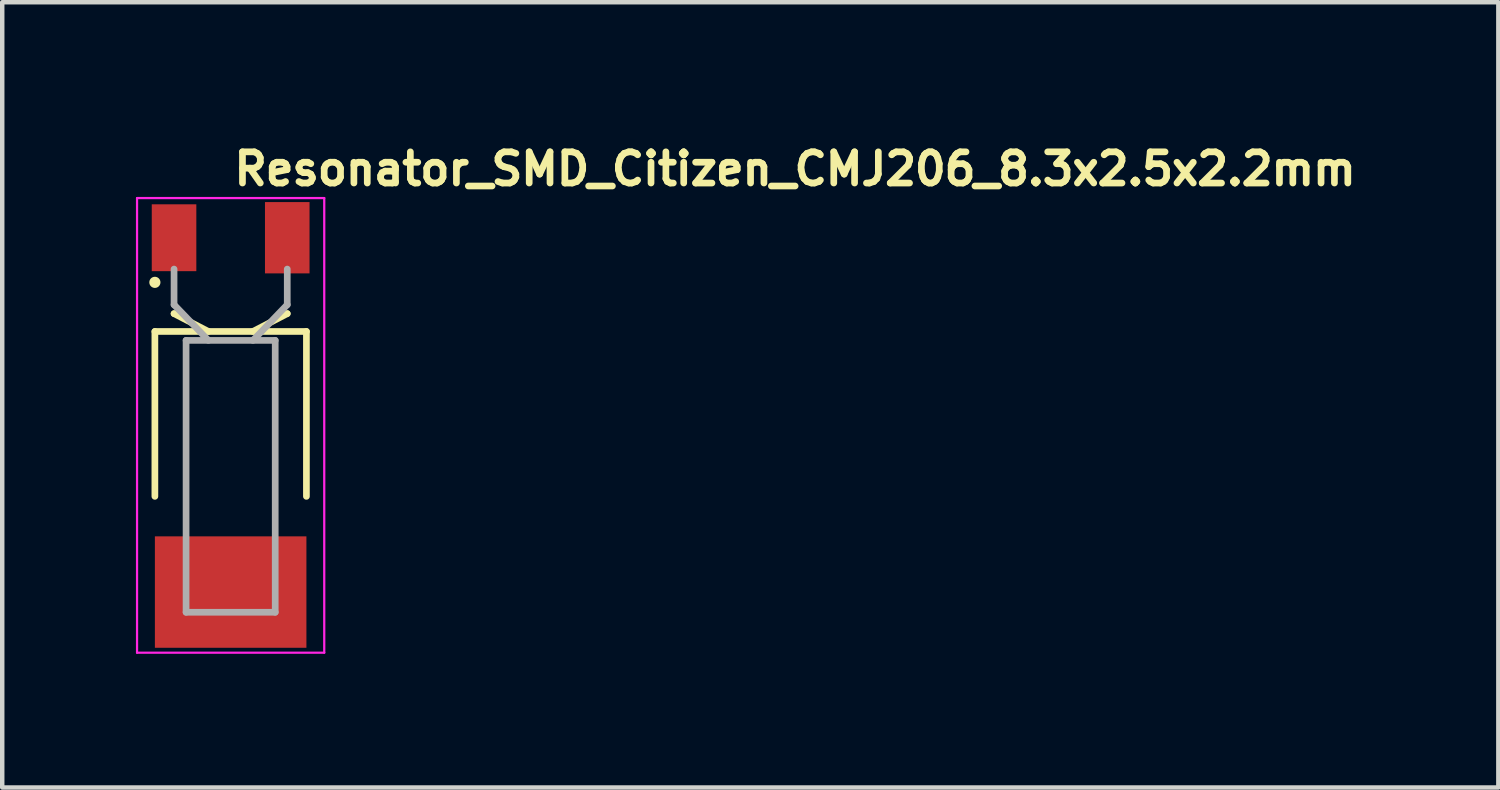
<source format=kicad_pcb>
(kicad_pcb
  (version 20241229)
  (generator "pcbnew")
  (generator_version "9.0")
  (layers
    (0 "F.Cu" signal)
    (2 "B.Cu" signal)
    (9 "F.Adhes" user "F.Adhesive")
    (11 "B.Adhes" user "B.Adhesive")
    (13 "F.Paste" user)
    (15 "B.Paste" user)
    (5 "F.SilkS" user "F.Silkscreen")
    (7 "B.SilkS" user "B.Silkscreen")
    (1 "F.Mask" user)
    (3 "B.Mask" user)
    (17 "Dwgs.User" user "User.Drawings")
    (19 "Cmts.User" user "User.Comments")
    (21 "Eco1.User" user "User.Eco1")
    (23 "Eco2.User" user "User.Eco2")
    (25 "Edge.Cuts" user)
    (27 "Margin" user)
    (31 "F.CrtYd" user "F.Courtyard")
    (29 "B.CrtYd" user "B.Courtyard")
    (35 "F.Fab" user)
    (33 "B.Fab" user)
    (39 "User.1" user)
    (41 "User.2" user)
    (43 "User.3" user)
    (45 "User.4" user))
  (footprint "Resonator_SMD_Citizen_CMJ206_8.3x2.5x2.2mm"
    (layer "F.Cu")
    (at 2.125 6.444)
    (property "Reference" "Resonator_SMD_Citizen_CMJ206_8.3x2.5x2.2mm" (at 0 -5.294 180) (layer "F.SilkS") (effects (font (size 0.7 0.7) (thickness 0.15)) (justify left bottom)))
    (attr smd)
    (fp_line (start -1.7 -2.057) (end 1.7 -2.057) (stroke (width 0.15) (type solid)) (layer "F.SilkS"))
    (fp_line (start -1.7 1.643) (end -1.7 -2.057) (stroke (width 0.15) (type solid)) (layer "F.SilkS"))
    (fp_line (start -1.27 -2.457) (end -1.27 -2.457) (stroke (width 0.15) (type solid)) (layer "F.SilkS"))
    (fp_line (start -0.5 -2.057) (end -1.27 -2.457) (stroke (width 0.15) (type solid)) (layer "F.SilkS"))
    (fp_line (start 0.5 -2.057) (end 1.27 -2.457) (stroke (width 0.15) (type solid)) (layer "F.SilkS"))
    (fp_line (start 1.27 -2.457) (end 1.27 -2.457) (stroke (width 0.15) (type solid)) (layer "F.SilkS"))
    (fp_line (start 1.7 -2.057) (end 1.7 1.643) (stroke (width 0.15) (type solid)) (layer "F.SilkS"))
    (fp_circle (center -1.7 -3.159) (end -1.65 -3.159) (stroke (width 0.15) (type solid)) (fill yes) (layer "F.SilkS"))
    (fp_line (start -2.1 -5.05) (end -2.1 5.15) (stroke (width 0.05) (type solid)) (layer "F.CrtYd"))
    (fp_line (start -2.1 5.15) (end 2.1 5.15) (stroke (width 0.05) (type solid)) (layer "F.CrtYd"))
    (fp_line (start 2.1 -5.05) (end -2.1 -5.05) (stroke (width 0.05) (type solid)) (layer "F.CrtYd"))
    (fp_line (start 2.1 5.15) (end 2.1 -5.05) (stroke (width 0.05) (type solid)) (layer "F.CrtYd"))
    (fp_line (start -1.27 -2.657) (end -1.27 -3.457) (stroke (width 0.15) (type solid)) (layer "F.Fab"))
    (fp_line (start -1 -1.857) (end -1 4.243) (stroke (width 0.15) (type solid)) (layer "F.Fab"))
    (fp_line (start -1 4.243) (end 1 4.243) (stroke (width 0.15) (type solid)) (layer "F.Fab"))
    (fp_line (start -0.5 -1.857) (end -1.27 -2.657) (stroke (width 0.15) (type solid)) (layer "F.Fab"))
    (fp_line (start 0.5 -1.857) (end 1.27 -2.657) (stroke (width 0.15) (type solid)) (layer "F.Fab"))
    (fp_line (start 1 -1.857) (end -1 -1.857) (stroke (width 0.15) (type solid)) (layer "F.Fab"))
    (fp_line (start 1 4.243) (end 1 -1.857) (stroke (width 0.15) (type solid)) (layer "F.Fab"))
    (fp_line (start 1.27 -2.657) (end 1.27 -3.457) (stroke (width 0.15) (type solid)) (layer "F.Fab"))
    (fp_rect (start 1.38 -4.006) (end -1.38 4.006) (stroke (width 0.1) (type solid)) (fill no) (layer "User.5"))
    (fp_line (start -1.38 -4.006) (end -1.38 -4.006) (stroke (width 0.02) (type solid)) (layer "User.9"))
    (fp_line (start -1.38 -4.006) (end -1.38 -3.309) (stroke (width 0.02) (type solid)) (layer "User.9"))
    (fp_line (start -1.38 -3.309) (end -1.379 -3.273) (stroke (width 0.02) (type solid)) (layer "User.9"))
    (fp_line (start -1.379 -3.273) (end -1.377 -3.237) (stroke (width 0.02) (type solid)) (layer "User.9"))
    (fp_line (start -1.377 -3.237) (end -1.373 -3.202) (stroke (width 0.02) (type solid)) (layer "User.9"))
    (fp_line (start -1.373 -3.202) (end -1.368 -3.167) (stroke (width 0.02) (type solid)) (layer "User.9"))
    (fp_line (start -1.368 -3.167) (end -1.362 -3.134) (stroke (width 0.02) (type solid)) (layer "User.9"))
    (fp_line (start -1.362 -3.134) (end -1.359 -3.117) (stroke (width 0.02) (type solid)) (layer "User.9"))
    (fp_line (start -1.359 -3.117) (end -1.355 -3.101) (stroke (width 0.02) (type solid)) (layer "User.9"))
    (fp_line (start -1.355 -3.101) (end -1.35 -3.086) (stroke (width 0.02) (type solid)) (layer "User.9"))
    (fp_line (start -1.35 -3.086) (end -1.346 -3.07) (stroke (width 0.02) (type solid)) (layer "User.9"))
    (fp_line (start -1.346 -3.07) (end -1.341 -3.055) (stroke (width 0.02) (type solid)) (layer "User.9"))
    (fp_line (start -1.341 -3.055) (end -1.335 -3.041) (stroke (width 0.02) (type solid)) (layer "User.9"))
    (fp_line (start -1.335 -3.041) (end -1.335 -3.041) (stroke (width 0.02) (type solid)) (layer "User.9"))
    (fp_line (start -1.335 -3.041) (end -1.33 -3.028) (stroke (width 0.02) (type solid)) (layer "User.9"))
    (fp_line (start -1.33 -3.028) (end -1.325 -3.016) (stroke (width 0.02) (type solid)) (layer "User.9"))
    (fp_line (start -1.325 -3.016) (end -1.319 -3.004) (stroke (width 0.02) (type solid)) (layer "User.9"))
    (fp_line (start -1.319 -3.004) (end -1.313 -2.993) (stroke (width 0.02) (type solid)) (layer "User.9"))
    (fp_line (start -1.313 -2.993) (end -1.307 -2.982) (stroke (width 0.02) (type solid)) (layer "User.9"))
    (fp_line (start -1.307 -2.982) (end -1.301 -2.971) (stroke (width 0.02) (type solid)) (layer "User.9"))
    (fp_line (start -1.301 -2.971) (end -1.295 -2.961) (stroke (width 0.02) (type solid)) (layer "User.9"))
    (fp_line (start -1.295 -2.961) (end -1.289 -2.951) (stroke (width 0.02) (type solid)) (layer "User.9"))
    (fp_line (start -1.289 -2.951) (end -1.283 -2.941) (stroke (width 0.02) (type solid)) (layer "User.9"))
    (fp_line (start -1.283 -2.941) (end -1.276 -2.932) (stroke (width 0.02) (type solid)) (layer "User.9"))
    (fp_line (start -1.276 -2.932) (end -1.27 -2.923) (stroke (width 0.02) (type solid)) (layer "User.9"))
    (fp_line (start -1.27 -2.923) (end -1.263 -2.914) (stroke (width 0.02) (type solid)) (layer "User.9"))
    (fp_line (start -1.269 -4.006) (end -1.38 -4.006) (stroke (width 0.02) (type solid)) (layer "User.9"))
    (fp_line (start -1.269 -4.006) (end -1.269 -4.006) (stroke (width 0.02) (type solid)) (layer "User.9"))
    (fp_line (start -1.263 -2.914) (end -1.256 -2.906) (stroke (width 0.02) (type solid)) (layer "User.9"))
    (fp_line (start -1.256 -2.906) (end -1.249 -2.899) (stroke (width 0.02) (type solid)) (layer "User.9"))
    (fp_line (start -1.249 -2.899) (end -1.242 -2.891) (stroke (width 0.02) (type solid)) (layer "User.9"))
    (fp_line (start -1.242 -2.891) (end -1.235 -2.884) (stroke (width 0.02) (type solid)) (layer "User.9"))
    (fp_line (start -1.235 -2.884) (end -1.235 -2.884) (stroke (width 0.02) (type solid)) (layer "User.9"))
    (fp_line (start -1.235 -2.884) (end -1.224 -2.874) (stroke (width 0.02) (type solid)) (layer "User.9"))
    (fp_line (start -1.224 -2.874) (end -1.212 -2.864) (stroke (width 0.02) (type solid)) (layer "User.9"))
    (fp_line (start -1.212 -2.864) (end -1.201 -2.854) (stroke (width 0.02) (type solid)) (layer "User.9"))
    (fp_line (start -1.201 -2.854) (end -1.189 -2.845) (stroke (width 0.02) (type solid)) (layer "User.9"))
    (fp_line (start -1.189 -2.845) (end -1.177 -2.836) (stroke (width 0.02) (type solid)) (layer "User.9"))
    (fp_line (start -1.177 -2.836) (end -1.165 -2.828) (stroke (width 0.02) (type solid)) (layer "User.9"))
    (fp_line (start -1.165 -2.828) (end -1.153 -2.82) (stroke (width 0.02) (type solid)) (layer "User.9"))
    (fp_line (start -1.16 -4.006) (end -1.269 -4.006) (stroke (width 0.02) (type solid)) (layer "User.9"))
    (fp_line (start -1.16 -4.006) (end -1.16 -3.311) (stroke (width 0.02) (type solid)) (layer "User.9"))
    (fp_line (start -1.16 -3.311) (end -1.38 -3.309) (stroke (width 0.02) (type solid)) (layer "User.9"))
    (fp_line (start -1.16 -3.311) (end -1.16 -3.295) (stroke (width 0.02) (type solid)) (layer "User.9"))
    (fp_line (start -1.16 -3.295) (end -1.159 -3.279) (stroke (width 0.02) (type solid)) (layer "User.9"))
    (fp_line (start -1.159 -3.279) (end -1.158 -3.263) (stroke (width 0.02) (type solid)) (layer "User.9"))
    (fp_line (start -1.158 -3.263) (end -1.157 -3.248) (stroke (width 0.02) (type solid)) (layer "User.9"))
    (fp_line (start -1.157 -3.248) (end -1.155 -3.232) (stroke (width 0.02) (type solid)) (layer "User.9"))
    (fp_line (start -1.155 -3.232) (end -1.153 -3.217) (stroke (width 0.02) (type solid)) (layer "User.9"))
    (fp_line (start -1.153 -3.217) (end -1.149 -3.188) (stroke (width 0.02) (type solid)) (layer "User.9"))
    (fp_line (start -1.153 -2.82) (end -1.14 -2.813) (stroke (width 0.02) (type solid)) (layer "User.9"))
    (fp_line (start -1.149 -3.188) (end -1.146 -3.175) (stroke (width 0.02) (type solid)) (layer "User.9"))
    (fp_line (start -1.146 -3.175) (end -1.143 -3.162) (stroke (width 0.02) (type solid)) (layer "User.9"))
    (fp_line (start -1.143 -3.162) (end -1.14 -3.149) (stroke (width 0.02) (type solid)) (layer "User.9"))
    (fp_line (start -1.14 -3.149) (end -1.136 -3.138) (stroke (width 0.02) (type solid)) (layer "User.9"))
    (fp_line (start -1.14 -2.813) (end -1.128 -2.806) (stroke (width 0.02) (type solid)) (layer "User.9"))
    (fp_line (start -1.136 -3.138) (end -1.133 -3.127) (stroke (width 0.02) (type solid)) (layer "User.9"))
    (fp_line (start -1.133 -3.127) (end -1.129 -3.117) (stroke (width 0.02) (type solid)) (layer "User.9"))
    (fp_line (start -1.129 -3.117) (end -1.125 -3.108) (stroke (width 0.02) (type solid)) (layer "User.9"))
    (fp_line (start -1.128 -2.806) (end -1.114 -2.799) (stroke (width 0.02) (type solid)) (layer "User.9"))
    (fp_line (start -1.125 -3.108) (end -1.122 -3.1) (stroke (width 0.02) (type solid)) (layer "User.9"))
    (fp_line (start -1.122 -3.1) (end -1.122 -3.1) (stroke (width 0.02) (type solid)) (layer "User.9"))
    (fp_line (start -1.122 -3.1) (end -1.115 -3.088) (stroke (width 0.02) (type solid)) (layer "User.9"))
    (fp_line (start -1.115 -3.088) (end -1.112 -3.083) (stroke (width 0.02) (type solid)) (layer "User.9"))
    (fp_line (start -1.114 -2.799) (end -1.101 -2.793) (stroke (width 0.02) (type solid)) (layer "User.9"))
    (fp_line (start -1.112 -3.083) (end -1.109 -3.077) (stroke (width 0.02) (type solid)) (layer "User.9"))
    (fp_line (start -1.109 -3.077) (end -1.105 -3.072) (stroke (width 0.02) (type solid)) (layer "User.9"))
    (fp_line (start -1.105 -3.072) (end -1.102 -3.067) (stroke (width 0.02) (type solid)) (layer "User.9"))
    (fp_line (start -1.102 -3.067) (end -1.099 -3.062) (stroke (width 0.02) (type solid)) (layer "User.9"))
    (fp_line (start -1.101 -2.793) (end -1.087 -2.787) (stroke (width 0.02) (type solid)) (layer "User.9"))
    (fp_line (start -1.099 -3.062) (end -1.096 -3.058) (stroke (width 0.02) (type solid)) (layer "User.9"))
    (fp_line (start -1.096 -3.058) (end -1.092 -3.054) (stroke (width 0.02) (type solid)) (layer "User.9"))
    (fp_line (start -1.092 -3.054) (end -1.089 -3.05) (stroke (width 0.02) (type solid)) (layer "User.9"))
    (fp_line (start -1.089 -3.05) (end -1.086 -3.046) (stroke (width 0.02) (type solid)) (layer "User.9"))
    (fp_line (start -1.087 -2.787) (end -1.073 -2.781) (stroke (width 0.02) (type solid)) (layer "User.9"))
    (fp_line (start -1.086 -3.046) (end -1.083 -3.042) (stroke (width 0.02) (type solid)) (layer "User.9"))
    (fp_line (start -1.083 -3.042) (end -1.08 -3.039) (stroke (width 0.02) (type solid)) (layer "User.9"))
    (fp_line (start -1.08 -3.039) (end -1.076 -3.036) (stroke (width 0.02) (type solid)) (layer "User.9"))
    (fp_line (start -1.076 -3.036) (end -1.073 -3.033) (stroke (width 0.02) (type solid)) (layer "User.9"))
    (fp_line (start -1.073 -3.033) (end -1.07 -3.031) (stroke (width 0.02) (type solid)) (layer "User.9"))
    (fp_line (start -1.073 -2.781) (end -1.058 -2.775) (stroke (width 0.02) (type solid)) (layer "User.9"))
    (fp_line (start -1.07 -3.031) (end -1.07 -3.031) (stroke (width 0.02) (type solid)) (layer "User.9"))
    (fp_line (start -1.07 -3.031) (end -1.066 -3.027) (stroke (width 0.02) (type solid)) (layer "User.9"))
    (fp_line (start -1.066 -3.027) (end -1.061 -3.023) (stroke (width 0.02) (type solid)) (layer "User.9"))
    (fp_line (start -1.061 -3.023) (end -1.056 -3.019) (stroke (width 0.02) (type solid)) (layer "User.9"))
    (fp_line (start -1.058 -2.775) (end -1.043 -2.77) (stroke (width 0.02) (type solid)) (layer "User.9"))
    (fp_line (start -1.056 -3.019) (end -1.051 -3.016) (stroke (width 0.02) (type solid)) (layer "User.9"))
    (fp_line (start -1.051 -3.016) (end -1.045 -3.012) (stroke (width 0.02) (type solid)) (layer "User.9"))
    (fp_line (start -1.045 -3.012) (end -1.039 -3.009) (stroke (width 0.02) (type solid)) (layer "User.9"))
    (fp_line (start -1.043 -2.77) (end -1.027 -2.765) (stroke (width 0.02) (type solid)) (layer "User.9"))
    (fp_line (start -1.039 -3.009) (end -1.033 -3.005) (stroke (width 0.02) (type solid)) (layer "User.9"))
    (fp_line (start -1.033 -3.005) (end -1.027 -3.001) (stroke (width 0.02) (type solid)) (layer "User.9"))
    (fp_line (start -1.027 -3.001) (end -1.02 -2.998) (stroke (width 0.02) (type solid)) (layer "User.9"))
    (fp_line (start -1.027 -2.765) (end -1.027 -2.765) (stroke (width 0.02) (type solid)) (layer "User.9"))
    (fp_line (start -1.027 -2.765) (end -1.014 -2.761) (stroke (width 0.02) (type solid)) (layer "User.9"))
    (fp_line (start -1.02 -2.998) (end -1.012 -2.995) (stroke (width 0.02) (type solid)) (layer "User.9"))
    (fp_line (start -1.014 -2.761) (end -1 -2.757) (stroke (width 0.02) (type solid)) (layer "User.9"))
    (fp_line (start -1.012 -2.995) (end -1.005 -2.991) (stroke (width 0.02) (type solid)) (layer "User.9"))
    (fp_line (start -1.005 -2.991) (end -0.997 -2.988) (stroke (width 0.02) (type solid)) (layer "User.9"))
    (fp_line (start -1 -2.757) (end -0.986 -2.754) (stroke (width 0.02) (type solid)) (layer "User.9"))
    (fp_line (start -1 -1.982) (end -1 -1.082) (stroke (width 0.02) (type solid)) (layer "User.9"))
    (fp_line (start -1 -1.082) (end -0.994 -1.082) (stroke (width 0.02) (type solid)) (layer "User.9"))
    (fp_line (start -1 -0.737) (end -1 -1.082) (stroke (width 0.02) (type solid)) (layer "User.9"))
    (fp_line (start -1 -0.737) (end -1 3.604) (stroke (width 0.02) (type solid)) (layer "User.9"))
    (fp_line (start -1 3.604) (end -0.922 3.658) (stroke (width 0.02) (type solid)) (layer "User.9"))
    (fp_line (start -1 3.919) (end -1 3.604) (stroke (width 0.02) (type solid)) (layer "User.9"))
    (fp_line (start -1 3.919) (end -1 3.919) (stroke (width 0.02) (type solid)) (layer "User.9"))
    (fp_line (start -1 4.018) (end -1 3.919) (stroke (width 0.02) (type solid)) (layer "User.9"))
    (fp_line (start -1 4.018) (end -1 4.018) (stroke (width 0.02) (type solid)) (layer "User.9"))
    (fp_line (start -1 4.018) (end -1 4.018) (stroke (width 0.02) (type solid)) (layer "User.9"))
    (fp_line (start -0.997 -2.988) (end -0.988 -2.985) (stroke (width 0.02) (type solid)) (layer "User.9"))
    (fp_line (start -0.994 -1.082) (end -0.994 -1.082) (stroke (width 0.02) (type solid)) (layer "User.9"))
    (fp_line (start -0.994 -1.082) (end -0.975 -1.082) (stroke (width 0.02) (type solid)) (layer "User.9"))
    (fp_line (start -0.994 4.018) (end -1 4.018) (stroke (width 0.02) (type solid)) (layer "User.9"))
    (fp_line (start -0.994 4.018) (end -0.994 4.018) (stroke (width 0.02) (type solid)) (layer "User.9"))
    (fp_line (start -0.988 -2.985) (end -0.98 -2.981) (stroke (width 0.02) (type solid)) (layer "User.9"))
    (fp_line (start -0.986 -2.754) (end -0.971 -2.75) (stroke (width 0.02) (type solid)) (layer "User.9"))
    (fp_line (start -0.98 -2.981) (end -0.971 -2.978) (stroke (width 0.02) (type solid)) (layer "User.9"))
    (fp_line (start -0.975 -1.982) (end -1 -1.982) (stroke (width 0.02) (type solid)) (layer "User.9"))
    (fp_line (start -0.975 -1.982) (end -0.975 -1.982) (stroke (width 0.02) (type solid)) (layer "User.9"))
    (fp_line (start -0.975 -1.082) (end -0.975 -1.082) (stroke (width 0.02) (type solid)) (layer "User.9"))
    (fp_line (start -0.975 -1.082) (end -0.944 -1.082) (stroke (width 0.02) (type solid)) (layer "User.9"))
    (fp_line (start -0.975 4.018) (end -0.994 4.018) (stroke (width 0.02) (type solid)) (layer "User.9"))
    (fp_line (start -0.975 4.018) (end -0.975 4.018) (stroke (width 0.02) (type solid)) (layer "User.9"))
    (fp_line (start -0.971 -2.978) (end -0.961 -2.975) (stroke (width 0.02) (type solid)) (layer "User.9"))
    (fp_line (start -0.971 -2.75) (end -0.957 -2.747) (stroke (width 0.02) (type solid)) (layer "User.9"))
    (fp_line (start -0.961 -2.975) (end -0.961 -2.975) (stroke (width 0.02) (type solid)) (layer "User.9"))
    (fp_line (start -0.961 -2.975) (end -0.951 -2.971) (stroke (width 0.02) (type solid)) (layer "User.9"))
    (fp_line (start -0.957 -2.747) (end -0.942 -2.743) (stroke (width 0.02) (type solid)) (layer "User.9"))
    (fp_line (start -0.951 -2.971) (end -0.939 -2.968) (stroke (width 0.02) (type solid)) (layer "User.9"))
    (fp_line (start -0.945 -2.082) (end -0.945 -1.982) (stroke (width 0.02) (type solid)) (layer "User.9"))
    (fp_line (start -0.945 -2.082) (end -0.921 -2.082) (stroke (width 0.02) (type solid)) (layer "User.9"))
    (fp_line (start -0.944 -1.082) (end -0.944 -1.082) (stroke (width 0.02) (type solid)) (layer "User.9"))
    (fp_line (start -0.944 -1.082) (end -0.901 -1.082) (stroke (width 0.02) (type solid)) (layer "User.9"))
    (fp_line (start -0.944 4.018) (end -0.975 4.018) (stroke (width 0.02) (type solid)) (layer "User.9"))
    (fp_line (start -0.944 4.018) (end -0.944 4.018) (stroke (width 0.02) (type solid)) (layer "User.9"))
    (fp_line (start -0.942 -2.743) (end -0.927 -2.74) (stroke (width 0.02) (type solid)) (layer "User.9"))
    (fp_line (start -0.939 -2.968) (end -0.928 -2.965) (stroke (width 0.02) (type solid)) (layer "User.9"))
    (fp_line (start -0.928 -2.965) (end -0.915 -2.962) (stroke (width 0.02) (type solid)) (layer "User.9"))
    (fp_line (start -0.927 -2.74) (end -0.911 -2.737) (stroke (width 0.02) (type solid)) (layer "User.9"))
    (fp_line (start -0.923 -0.781) (end -1 -0.737) (stroke (width 0.02) (type solid)) (layer "User.9"))
    (fp_line (start -0.922 3.658) (end -0.847 3.707) (stroke (width 0.02) (type solid)) (layer "User.9"))
    (fp_line (start -0.921 -2.082) (end -0.921 -2.082) (stroke (width 0.02) (type solid)) (layer "User.9"))
    (fp_line (start -0.921 -2.082) (end -0.851 -2.082) (stroke (width 0.02) (type solid)) (layer "User.9"))
    (fp_line (start -0.915 -2.962) (end -0.903 -2.959) (stroke (width 0.02) (type solid)) (layer "User.9"))
    (fp_line (start -0.911 -2.737) (end -0.911 -2.737) (stroke (width 0.02) (type solid)) (layer "User.9"))
    (fp_line (start -0.911 -2.737) (end -0.815 -2.72) (stroke (width 0.02) (type solid)) (layer "User.9"))
    (fp_line (start -0.903 -2.959) (end -0.89 -2.956) (stroke (width 0.02) (type solid)) (layer "User.9"))
    (fp_line (start -0.901 -1.982) (end -0.975 -1.982) (stroke (width 0.02) (type solid)) (layer "User.9"))
    (fp_line (start -0.901 -1.982) (end -0.901 -1.982) (stroke (width 0.02) (type solid)) (layer "User.9"))
    (fp_line (start -0.901 -1.082) (end -0.901 -1.082) (stroke (width 0.02) (type solid)) (layer "User.9"))
    (fp_line (start -0.901 -1.082) (end -0.847 -1.082) (stroke (width 0.02) (type solid)) (layer "User.9"))
    (fp_line (start -0.901 4.018) (end -0.944 4.018) (stroke (width 0.02) (type solid)) (layer "User.9"))
    (fp_line (start -0.901 4.018) (end -0.901 4.018) (stroke (width 0.02) (type solid)) (layer "User.9"))
    (fp_line (start -0.89 -2.956) (end -0.877 -2.954) (stroke (width 0.02) (type solid)) (layer "User.9"))
    (fp_line (start -0.877 -2.954) (end -0.863 -2.951) (stroke (width 0.02) (type solid)) (layer "User.9"))
    (fp_line (start -0.863 -2.951) (end -0.863 -2.951) (stroke (width 0.02) (type solid)) (layer "User.9"))
    (fp_line (start -0.863 -2.951) (end -0.805 -2.941) (stroke (width 0.02) (type solid)) (layer "User.9"))
    (fp_line (start -0.851 -2.082) (end -0.851 -2.082) (stroke (width 0.02) (type solid)) (layer "User.9"))
    (fp_line (start -0.851 -2.082) (end -0.739 -2.082) (stroke (width 0.02) (type solid)) (layer "User.9"))
    (fp_line (start -0.85 -0.821) (end -0.923 -0.781) (stroke (width 0.02) (type solid)) (layer "User.9"))
    (fp_line (start -0.847 -1.082) (end -0.847 -1.082) (stroke (width 0.02) (type solid)) (layer "User.9"))
    (fp_line (start -0.847 -1.082) (end -0.782 -1.082) (stroke (width 0.02) (type solid)) (layer "User.9"))
    (fp_line (start -0.847 3.707) (end -0.776 3.752) (stroke (width 0.02) (type solid)) (layer "User.9"))
    (fp_line (start -0.847 4.018) (end -0.901 4.018) (stroke (width 0.02) (type solid)) (layer "User.9"))
    (fp_line (start -0.847 4.018) (end -0.847 4.018) (stroke (width 0.02) (type solid)) (layer "User.9"))
    (fp_line (start -0.815 -2.72) (end -0.723 -2.702) (stroke (width 0.02) (type solid)) (layer "User.9"))
    (fp_line (start -0.805 -2.941) (end -0.745 -2.931) (stroke (width 0.02) (type solid)) (layer "User.9"))
    (fp_line (start -0.782 -1.982) (end -0.901 -1.982) (stroke (width 0.02) (type solid)) (layer "User.9"))
    (fp_line (start -0.782 -1.982) (end -0.782 -1.982) (stroke (width 0.02) (type solid)) (layer "User.9"))
    (fp_line (start -0.782 -1.082) (end -0.782 -1.082) (stroke (width 0.02) (type solid)) (layer "User.9"))
    (fp_line (start -0.782 -1.082) (end -0.707 -1.082) (stroke (width 0.02) (type solid)) (layer "User.9"))
    (fp_line (start -0.782 4.018) (end -0.847 4.018) (stroke (width 0.02) (type solid)) (layer "User.9"))
    (fp_line (start -0.782 4.018) (end -0.782 4.018) (stroke (width 0.02) (type solid)) (layer "User.9"))
    (fp_line (start -0.779 -0.859) (end -0.85 -0.821) (stroke (width 0.02) (type solid)) (layer "User.9"))
    (fp_line (start -0.776 3.752) (end -0.708 3.793) (stroke (width 0.02) (type solid)) (layer "User.9"))
    (fp_line (start -0.745 -2.931) (end -0.745 -2.931) (stroke (width 0.02) (type solid)) (layer "User.9"))
    (fp_line (start -0.745 -2.931) (end -0.705 -2.925) (stroke (width 0.02) (type solid)) (layer "User.9"))
    (fp_line (start -0.739 -2.082) (end -0.739 -2.082) (stroke (width 0.02) (type solid)) (layer "User.9"))
    (fp_line (start -0.739 -2.082) (end -0.589 -2.082) (stroke (width 0.02) (type solid)) (layer "User.9"))
    (fp_line (start -0.723 -2.702) (end -0.723 -2.702) (stroke (width 0.02) (type solid)) (layer "User.9"))
    (fp_line (start -0.723 -2.702) (end -0.696 -2.696) (stroke (width 0.02) (type solid)) (layer "User.9"))
    (fp_line (start -0.711 -0.893) (end -0.779 -0.859) (stroke (width 0.02) (type solid)) (layer "User.9"))
    (fp_line (start -0.708 3.793) (end -0.642 3.83) (stroke (width 0.02) (type solid)) (layer "User.9"))
    (fp_line (start -0.707 -1.082) (end -0.707 -1.082) (stroke (width 0.02) (type solid)) (layer "User.9"))
    (fp_line (start -0.707 -1.082) (end -0.623 -1.082) (stroke (width 0.02) (type solid)) (layer "User.9"))
    (fp_line (start -0.707 4.018) (end -0.782 4.018) (stroke (width 0.02) (type solid)) (layer "User.9"))
    (fp_line (start -0.707 4.018) (end -0.707 4.018) (stroke (width 0.02) (type solid)) (layer "User.9"))
    (fp_line (start -0.705 -2.925) (end -0.666 -2.917) (stroke (width 0.02) (type solid)) (layer "User.9"))
    (fp_line (start -0.696 -2.696) (end -0.672 -2.69) (stroke (width 0.02) (type solid)) (layer "User.9"))
    (fp_line (start -0.672 -2.69) (end -0.65 -2.684) (stroke (width 0.02) (type solid)) (layer "User.9"))
    (fp_line (start -0.666 -2.917) (end -0.629 -2.908) (stroke (width 0.02) (type solid)) (layer "User.9"))
    (fp_line (start -0.65 -2.684) (end -0.631 -2.678) (stroke (width 0.02) (type solid)) (layer "User.9"))
    (fp_line (start -0.645 -0.924) (end -0.711 -0.893) (stroke (width 0.02) (type solid)) (layer "User.9"))
    (fp_line (start -0.642 3.83) (end -0.578 3.863) (stroke (width 0.02) (type solid)) (layer "User.9"))
    (fp_line (start -0.631 -2.678) (end -0.613 -2.672) (stroke (width 0.02) (type solid)) (layer "User.9"))
    (fp_line (start -0.629 -2.908) (end -0.611 -2.903) (stroke (width 0.02) (type solid)) (layer "User.9"))
    (fp_line (start -0.623 -1.982) (end -0.782 -1.982) (stroke (width 0.02) (type solid)) (layer "User.9"))
    (fp_line (start -0.623 -1.982) (end -0.623 -1.982) (stroke (width 0.02) (type solid)) (layer "User.9"))
    (fp_line (start -0.623 -1.082) (end -0.623 -1.082) (stroke (width 0.02) (type solid)) (layer "User.9"))
    (fp_line (start -0.623 -1.082) (end -0.434 -1.082) (stroke (width 0.02) (type solid)) (layer "User.9"))
    (fp_line (start -0.613 -2.672) (end -0.598 -2.665) (stroke (width 0.02) (type solid)) (layer "User.9"))
    (fp_line (start -0.611 -2.903) (end -0.593 -2.897) (stroke (width 0.02) (type solid)) (layer "User.9"))
    (fp_line (start -0.598 -2.665) (end -0.591 -2.662) (stroke (width 0.02) (type solid)) (layer "User.9"))
    (fp_line (start -0.593 -2.897) (end -0.576 -2.892) (stroke (width 0.02) (type solid)) (layer "User.9"))
    (fp_line (start -0.591 -2.662) (end -0.585 -2.659) (stroke (width 0.02) (type solid)) (layer "User.9"))
    (fp_line (start -0.589 -2.082) (end -0.589 -2.082) (stroke (width 0.02) (type solid)) (layer "User.9"))
    (fp_line (start -0.589 -2.082) (end -0.41 -2.082) (stroke (width 0.02) (type solid)) (layer "User.9"))
    (fp_line (start -0.585 -2.659) (end -0.579 -2.656) (stroke (width 0.02) (type solid)) (layer "User.9"))
    (fp_line (start -0.581 -0.952) (end -0.645 -0.924) (stroke (width 0.02) (type solid)) (layer "User.9"))
    (fp_line (start -0.579 -2.656) (end -0.573 -2.652) (stroke (width 0.02) (type solid)) (layer "User.9"))
    (fp_line (start -0.578 3.863) (end -0.516 3.893) (stroke (width 0.02) (type solid)) (layer "User.9"))
    (fp_line (start -0.576 -2.892) (end -0.559 -2.886) (stroke (width 0.02) (type solid)) (layer "User.9"))
    (fp_line (start -0.573 -2.652) (end -0.573 -2.652) (stroke (width 0.02) (type solid)) (layer "User.9"))
    (fp_line (start -0.573 -2.652) (end -0.571 -2.651) (stroke (width 0.02) (type solid)) (layer "User.9"))
    (fp_line (start -0.571 -2.651) (end -0.568 -2.649) (stroke (width 0.02) (type solid)) (layer "User.9"))
    (fp_line (start -0.568 -2.649) (end -0.565 -2.647) (stroke (width 0.02) (type solid)) (layer "User.9"))
    (fp_line (start -0.565 -2.647) (end -0.562 -2.645) (stroke (width 0.02) (type solid)) (layer "User.9"))
    (fp_line (start -0.562 -2.645) (end -0.559 -2.643) (stroke (width 0.02) (type solid)) (layer "User.9"))
    (fp_line (start -0.559 -2.886) (end -0.543 -2.879) (stroke (width 0.02) (type solid)) (layer "User.9"))
    (fp_line (start -0.559 -2.643) (end -0.556 -2.641) (stroke (width 0.02) (type solid)) (layer "User.9"))
    (fp_line (start -0.556 -2.641) (end -0.553 -2.639) (stroke (width 0.02) (type solid)) (layer "User.9"))
    (fp_line (start -0.553 -2.639) (end -0.55 -2.636) (stroke (width 0.02) (type solid)) (layer "User.9"))
    (fp_line (start -0.55 -2.636) (end -0.547 -2.634) (stroke (width 0.02) (type solid)) (layer "User.9"))
    (fp_line (start -0.547 -2.634) (end -0.545 -2.632) (stroke (width 0.02) (type solid)) (layer "User.9"))
    (fp_line (start -0.545 -2.632) (end -0.539 -2.627) (stroke (width 0.02) (type solid)) (layer "User.9"))
    (fp_line (start -0.543 -2.879) (end -0.527 -2.873) (stroke (width 0.02) (type solid)) (layer "User.9"))
    (fp_line (start -0.539 -2.627) (end -0.533 -2.621) (stroke (width 0.02) (type solid)) (layer "User.9"))
    (fp_line (start -0.533 -2.621) (end -0.528 -2.615) (stroke (width 0.02) (type solid)) (layer "User.9"))
    (fp_line (start -0.532 4.018) (end -0.707 4.018) (stroke (width 0.02) (type solid)) (layer "User.9"))
    (fp_line (start -0.532 4.018) (end -0.532 4.018) (stroke (width 0.02) (type solid)) (layer "User.9"))
    (fp_line (start -0.528 -2.615) (end -0.528 -2.615) (stroke (width 0.02) (type solid)) (layer "User.9"))
    (fp_line (start -0.528 -2.615) (end -0.522 -2.609) (stroke (width 0.02) (type solid)) (layer "User.9"))
    (fp_line (start -0.527 -2.873) (end -0.511 -2.866) (stroke (width 0.02) (type solid)) (layer "User.9"))
    (fp_line (start -0.522 -2.609) (end -0.52 -2.606) (stroke (width 0.02) (type solid)) (layer "User.9"))
    (fp_line (start -0.52 -2.606) (end -0.517 -2.603) (stroke (width 0.02) (type solid)) (layer "User.9"))
    (fp_line (start -0.519 -0.977) (end -0.581 -0.952) (stroke (width 0.02) (type solid)) (layer "User.9"))
    (fp_line (start -0.517 -2.603) (end -0.514 -2.6) (stroke (width 0.02) (type solid)) (layer "User.9"))
    (fp_line (start -0.516 3.893) (end -0.456 3.919) (stroke (width 0.02) (type solid)) (layer "User.9"))
    (fp_line (start -0.514 -2.6) (end -0.512 -2.597) (stroke (width 0.02) (type solid)) (layer "User.9"))
    (fp_line (start -0.512 -2.597) (end -0.509 -2.593) (stroke (width 0.02) (type solid)) (layer "User.9"))
    (fp_line (start -0.511 -2.866) (end -0.495 -2.858) (stroke (width 0.02) (type solid)) (layer "User.9"))
    (fp_line (start -0.509 -2.593) (end -0.507 -2.589) (stroke (width 0.02) (type solid)) (layer "User.9"))
    (fp_line (start -0.507 -2.589) (end -0.504 -2.586) (stroke (width 0.02) (type solid)) (layer "User.9"))
    (fp_line (start -0.504 -2.586) (end -0.502 -2.581) (stroke (width 0.02) (type solid)) (layer "User.9"))
    (fp_line (start -0.502 -2.581) (end -0.499 -2.577) (stroke (width 0.02) (type solid)) (layer "User.9"))
    (fp_line (start -0.499 -2.577) (end -0.496 -2.573) (stroke (width 0.02) (type solid)) (layer "User.9"))
    (fp_line (start -0.496 -2.573) (end -0.494 -2.568) (stroke (width 0.02) (type solid)) (layer "User.9"))
    (fp_line (start -0.495 -2.858) (end -0.48 -2.851) (stroke (width 0.02) (type solid)) (layer "User.9"))
    (fp_line (start -0.494 -2.568) (end -0.491 -2.563) (stroke (width 0.02) (type solid)) (layer "User.9"))
    (fp_line (start -0.491 -2.563) (end -0.489 -2.557) (stroke (width 0.02) (type solid)) (layer "User.9"))
    (fp_line (start -0.489 -2.557) (end -0.486 -2.551) (stroke (width 0.02) (type solid)) (layer "User.9"))
    (fp_line (start -0.486 -2.551) (end -0.486 -2.551) (stroke (width 0.02) (type solid)) (layer "User.9"))
    (fp_line (start -0.486 -2.551) (end -0.482 -2.542) (stroke (width 0.02) (type solid)) (layer "User.9"))
    (fp_line (start -0.482 -2.542) (end -0.478 -2.532) (stroke (width 0.02) (type solid)) (layer "User.9"))
    (fp_line (start -0.48 -2.851) (end -0.466 -2.843) (stroke (width 0.02) (type solid)) (layer "User.9"))
    (fp_line (start -0.478 -2.532) (end -0.474 -2.522) (stroke (width 0.02) (type solid)) (layer "User.9"))
    (fp_line (start -0.474 -2.522) (end -0.471 -2.51) (stroke (width 0.02) (type solid)) (layer "User.9"))
    (fp_line (start -0.471 -2.51) (end -0.468 -2.498) (stroke (width 0.02) (type solid)) (layer "User.9"))
    (fp_line (start -0.468 -2.498) (end -0.465 -2.485) (stroke (width 0.02) (type solid)) (layer "User.9"))
    (fp_line (start -0.466 -2.843) (end -0.466 -2.843) (stroke (width 0.02) (type solid)) (layer "User.9"))
    (fp_line (start -0.466 -2.843) (end -0.452 -2.834) (stroke (width 0.02) (type solid)) (layer "User.9"))
    (fp_line (start -0.465 -2.485) (end -0.462 -2.471) (stroke (width 0.02) (type solid)) (layer "User.9"))
    (fp_line (start -0.462 -2.471) (end -0.459 -2.457) (stroke (width 0.02) (type solid)) (layer "User.9"))
    (fp_line (start -0.459 -2.457) (end -0.457 -2.442) (stroke (width 0.02) (type solid)) (layer "User.9"))
    (fp_line (start -0.459 -0.999) (end -0.519 -0.977) (stroke (width 0.02) (type solid)) (layer "User.9"))
    (fp_line (start -0.457 -2.442) (end -0.455 -2.427) (stroke (width 0.02) (type solid)) (layer "User.9"))
    (fp_line (start -0.456 3.919) (end -0.456 3.919) (stroke (width 0.02) (type solid)) (layer "User.9"))
    (fp_line (start -0.456 3.919) (end -0.397 3.942) (stroke (width 0.02) (type solid)) (layer "User.9"))
    (fp_line (start -0.455 -2.427) (end -0.453 -2.412) (stroke (width 0.02) (type solid)) (layer "User.9"))
    (fp_line (start -0.453 -2.412) (end -0.452 -2.396) (stroke (width 0.02) (type solid)) (layer "User.9"))
    (fp_line (start -0.452 -2.834) (end -0.438 -2.826) (stroke (width 0.02) (type solid)) (layer "User.9"))
    (fp_line (start -0.452 -2.396) (end -0.451 -2.38) (stroke (width 0.02) (type solid)) (layer "User.9"))
    (fp_line (start -0.451 -2.38) (end -0.45 -2.364) (stroke (width 0.02) (type solid)) (layer "User.9"))
    (fp_line (start -0.45 -2.364) (end -0.45 -2.348) (stroke (width 0.02) (type solid)) (layer "User.9"))
    (fp_line (start -0.45 -2.348) (end -0.45 -2.332) (stroke (width 0.02) (type solid)) (layer "User.9"))
    (fp_line (start -0.45 -2.332) (end -0.45 -2.082) (stroke (width 0.02) (type solid)) (layer "User.9"))
    (fp_line (start -0.438 -2.826) (end -0.425 -2.816) (stroke (width 0.02) (type solid)) (layer "User.9"))
    (fp_line (start -0.434 -1.982) (end -0.623 -1.982) (stroke (width 0.02) (type solid)) (layer "User.9"))
    (fp_line (start -0.434 -1.982) (end -0.434 -1.982) (stroke (width 0.02) (type solid)) (layer "User.9"))
    (fp_line (start -0.434 -1.082) (end -0.434 -1.082) (stroke (width 0.02) (type solid)) (layer "User.9"))
    (fp_line (start -0.434 -1.082) (end 0 -1.082) (stroke (width 0.02) (type solid)) (layer "User.9"))
    (fp_line (start -0.425 -2.816) (end -0.413 -2.807) (stroke (width 0.02) (type solid)) (layer "User.9"))
    (fp_line (start -0.413 -2.807) (end -0.4 -2.797) (stroke (width 0.02) (type solid)) (layer "User.9"))
    (fp_line (start -0.41 -2.082) (end -0.41 -2.082) (stroke (width 0.02) (type solid)) (layer "User.9"))
    (fp_line (start -0.41 -2.082) (end -0.21 -2.082) (stroke (width 0.02) (type solid)) (layer "User.9"))
    (fp_line (start -0.4 -2.797) (end -0.388 -2.787) (stroke (width 0.02) (type solid)) (layer "User.9"))
    (fp_line (start -0.4 -1.018) (end -0.459 -0.999) (stroke (width 0.02) (type solid)) (layer "User.9"))
    (fp_line (start -0.397 3.942) (end -0.368 3.952) (stroke (width 0.02) (type solid)) (layer "User.9"))
    (fp_line (start -0.388 -2.787) (end -0.377 -2.776) (stroke (width 0.02) (type solid)) (layer "User.9"))
    (fp_line (start -0.377 -2.776) (end -0.365 -2.764) (stroke (width 0.02) (type solid)) (layer "User.9"))
    (fp_line (start -0.368 3.952) (end -0.339 3.962) (stroke (width 0.02) (type solid)) (layer "User.9"))
    (fp_line (start -0.365 -2.764) (end -0.354 -2.751) (stroke (width 0.02) (type solid)) (layer "User.9"))
    (fp_line (start -0.354 -2.751) (end -0.343 -2.738) (stroke (width 0.02) (type solid)) (layer "User.9"))
    (fp_line (start -0.343 -2.738) (end -0.333 -2.724) (stroke (width 0.02) (type solid)) (layer "User.9"))
    (fp_line (start -0.342 -1.035) (end -0.4 -1.018) (stroke (width 0.02) (type solid)) (layer "User.9"))
    (fp_line (start -0.339 3.962) (end -0.31 3.971) (stroke (width 0.02) (type solid)) (layer "User.9"))
    (fp_line (start -0.333 -2.724) (end -0.322 -2.709) (stroke (width 0.02) (type solid)) (layer "User.9"))
    (fp_line (start -0.33 4.018) (end -0.532 4.018) (stroke (width 0.02) (type solid)) (layer "User.9"))
    (fp_line (start -0.33 4.018) (end -0.33 4.018) (stroke (width 0.02) (type solid)) (layer "User.9"))
    (fp_line (start -0.322 -2.709) (end -0.312 -2.693) (stroke (width 0.02) (type solid)) (layer "User.9"))
    (fp_line (start -0.312 -2.693) (end -0.303 -2.676) (stroke (width 0.02) (type solid)) (layer "User.9"))
    (fp_line (start -0.31 3.971) (end -0.282 3.979) (stroke (width 0.02) (type solid)) (layer "User.9"))
    (fp_line (start -0.303 -2.676) (end -0.293 -2.658) (stroke (width 0.02) (type solid)) (layer "User.9"))
    (fp_line (start -0.293 -2.658) (end -0.284 -2.639) (stroke (width 0.02) (type solid)) (layer "User.9"))
    (fp_line (start -0.285 -1.049) (end -0.342 -1.035) (stroke (width 0.02) (type solid)) (layer "User.9"))
    (fp_line (start -0.284 -2.639) (end -0.284 -2.639) (stroke (width 0.02) (type solid)) (layer "User.9"))
    (fp_line (start -0.284 -2.639) (end -0.277 -2.623) (stroke (width 0.02) (type solid)) (layer "User.9"))
    (fp_line (start -0.282 3.979) (end -0.254 3.986) (stroke (width 0.02) (type solid)) (layer "User.9"))
    (fp_line (start -0.277 -2.623) (end -0.271 -2.607) (stroke (width 0.02) (type solid)) (layer "User.9"))
    (fp_line (start -0.271 -2.607) (end -0.265 -2.59) (stroke (width 0.02) (type solid)) (layer "User.9"))
    (fp_line (start -0.265 -2.59) (end -0.26 -2.572) (stroke (width 0.02) (type solid)) (layer "User.9"))
    (fp_line (start -0.26 -2.572) (end -0.255 -2.554) (stroke (width 0.02) (type solid)) (layer "User.9"))
    (fp_line (start -0.255 -2.554) (end -0.251 -2.536) (stroke (width 0.02) (type solid)) (layer "User.9"))
    (fp_line (start -0.254 3.986) (end -0.225 3.993) (stroke (width 0.02) (type solid)) (layer "User.9"))
    (fp_line (start -0.251 -2.536) (end -0.247 -2.517) (stroke (width 0.02) (type solid)) (layer "User.9"))
    (fp_line (start -0.247 -2.517) (end -0.243 -2.497) (stroke (width 0.02) (type solid)) (layer "User.9"))
    (fp_line (start -0.243 -2.497) (end -0.24 -2.477) (stroke (width 0.02) (type solid)) (layer "User.9"))
    (fp_line (start -0.24 -2.477) (end -0.237 -2.457) (stroke (width 0.02) (type solid)) (layer "User.9"))
    (fp_line (start -0.237 -2.457) (end -0.235 -2.436) (stroke (width 0.02) (type solid)) (layer "User.9"))
    (fp_line (start -0.235 -2.436) (end -0.233 -2.416) (stroke (width 0.02) (type solid)) (layer "User.9"))
    (fp_line (start -0.233 -2.416) (end -0.232 -2.395) (stroke (width 0.02) (type solid)) (layer "User.9"))
    (fp_line (start -0.232 -2.395) (end -0.231 -2.374) (stroke (width 0.02) (type solid)) (layer "User.9"))
    (fp_line (start -0.231 -2.374) (end -0.23 -2.353) (stroke (width 0.02) (type solid)) (layer "User.9"))
    (fp_line (start -0.23 -2.353) (end -0.23 -2.332) (stroke (width 0.02) (type solid)) (layer "User.9"))
    (fp_line (start -0.23 -2.332) (end -0.23 -2.082) (stroke (width 0.02) (type solid)) (layer "User.9"))
    (fp_line (start -0.228 -1.06) (end -0.285 -1.049) (stroke (width 0.02) (type solid)) (layer "User.9"))
    (fp_line (start -0.225 3.993) (end -0.197 3.999) (stroke (width 0.02) (type solid)) (layer "User.9"))
    (fp_line (start -0.223 -1.982) (end -0.434 -1.982) (stroke (width 0.02) (type solid)) (layer "User.9"))
    (fp_line (start -0.223 -1.982) (end -0.223 -1.982) (stroke (width 0.02) (type solid)) (layer "User.9"))
    (fp_line (start -0.21 -2.082) (end -0.21 -2.082) (stroke (width 0.02) (type solid)) (layer "User.9"))
    (fp_line (start -0.21 -2.082) (end 0 -2.082) (stroke (width 0.02) (type solid)) (layer "User.9"))
    (fp_line (start -0.197 3.999) (end -0.169 4.004) (stroke (width 0.02) (type solid)) (layer "User.9"))
    (fp_line (start -0.171 -1.069) (end -0.228 -1.06) (stroke (width 0.02) (type solid)) (layer "User.9"))
    (fp_line (start -0.169 4.004) (end -0.141 4.008) (stroke (width 0.02) (type solid)) (layer "User.9"))
    (fp_line (start -0.141 4.008) (end -0.113 4.012) (stroke (width 0.02) (type solid)) (layer "User.9"))
    (fp_line (start -0.115 -1.076) (end -0.171 -1.069) (stroke (width 0.02) (type solid)) (layer "User.9"))
    (fp_line (start -0.113 4.012) (end -0.085 4.014) (stroke (width 0.02) (type solid)) (layer "User.9"))
    (fp_line (start -0.085 4.014) (end -0.057 4.016) (stroke (width 0.02) (type solid)) (layer "User.9"))
    (fp_line (start -0.058 -1.08) (end -0.115 -1.076) (stroke (width 0.02) (type solid)) (layer "User.9"))
    (fp_line (start -0.057 4.016) (end -0.028 4.018) (stroke (width 0.02) (type solid)) (layer "User.9"))
    (fp_line (start -0.028 4.018) (end 0 4.018) (stroke (width 0.02) (type solid)) (layer "User.9"))
    (fp_line (start 0 -2.082) (end 0 -2.082) (stroke (width 0.02) (type solid)) (layer "User.9"))
    (fp_line (start 0 -2.082) (end 0.21 -2.082) (stroke (width 0.02) (type solid)) (layer "User.9"))
    (fp_line (start 0 -1.982) (end -0.223 -1.982) (stroke (width 0.02) (type solid)) (layer "User.9"))
    (fp_line (start 0 -1.982) (end 0 -1.982) (stroke (width 0.02) (type solid)) (layer "User.9"))
    (fp_line (start 0 -1.082) (end -0.058 -1.08) (stroke (width 0.02) (type solid)) (layer "User.9"))
    (fp_line (start 0 -1.082) (end 0 -1.082) (stroke (width 0.02) (type solid)) (layer "User.9"))
    (fp_line (start 0 -1.082) (end 0.33 -1.082) (stroke (width 0.02) (type solid)) (layer "User.9"))
    (fp_line (start 0 4.018) (end -0.33 4.018) (stroke (width 0.02) (type solid)) (layer "User.9"))
    (fp_line (start 0 4.018) (end 0.028 4.018) (stroke (width 0.02) (type solid)) (layer "User.9"))
    (fp_line (start 0.028 4.018) (end 0.057 4.016) (stroke (width 0.02) (type solid)) (layer "User.9"))
    (fp_line (start 0.057 4.016) (end 0.085 4.014) (stroke (width 0.02) (type solid)) (layer "User.9"))
    (fp_line (start 0.058 -1.08) (end 0 -1.082) (stroke (width 0.02) (type solid)) (layer "User.9"))
    (fp_line (start 0.085 4.014) (end 0.113 4.012) (stroke (width 0.02) (type solid)) (layer "User.9"))
    (fp_line (start 0.113 4.012) (end 0.141 4.008) (stroke (width 0.02) (type solid)) (layer "User.9"))
    (fp_line (start 0.115 -1.076) (end 0.058 -1.08) (stroke (width 0.02) (type solid)) (layer "User.9"))
    (fp_line (start 0.141 4.008) (end 0.169 4.004) (stroke (width 0.02) (type solid)) (layer "User.9"))
    (fp_line (start 0.169 4.004) (end 0.197 3.999) (stroke (width 0.02) (type solid)) (layer "User.9"))
    (fp_line (start 0.171 -1.069) (end 0.115 -1.076) (stroke (width 0.02) (type solid)) (layer "User.9"))
    (fp_line (start 0.197 3.999) (end 0.225 3.993) (stroke (width 0.02) (type solid)) (layer "User.9"))
    (fp_line (start 0.21 -2.082) (end 0.21 -2.082) (stroke (width 0.02) (type solid)) (layer "User.9"))
    (fp_line (start 0.21 -2.082) (end 0.41 -2.082) (stroke (width 0.02) (type solid)) (layer "User.9"))
    (fp_line (start 0.223 -1.982) (end 0 -1.982) (stroke (width 0.02) (type solid)) (layer "User.9"))
    (fp_line (start 0.223 -1.982) (end 0.223 -1.982) (stroke (width 0.02) (type solid)) (layer "User.9"))
    (fp_line (start 0.225 3.993) (end 0.254 3.986) (stroke (width 0.02) (type solid)) (layer "User.9"))
    (fp_line (start 0.228 -1.06) (end 0.171 -1.069) (stroke (width 0.02) (type solid)) (layer "User.9"))
    (fp_line (start 0.23 -2.353) (end 0.231 -2.375) (stroke (width 0.02) (type solid)) (layer "User.9"))
    (fp_line (start 0.23 -2.332) (end 0.23 -2.353) (stroke (width 0.02) (type solid)) (layer "User.9"))
    (fp_line (start 0.23 -2.082) (end 0.23 -2.332) (stroke (width 0.02) (type solid)) (layer "User.9"))
    (fp_line (start 0.231 -2.375) (end 0.232 -2.396) (stroke (width 0.02) (type solid)) (layer "User.9"))
    (fp_line (start 0.232 -2.396) (end 0.233 -2.417) (stroke (width 0.02) (type solid)) (layer "User.9"))
    (fp_line (start 0.233 -2.417) (end 0.235 -2.438) (stroke (width 0.02) (type solid)) (layer "User.9"))
    (fp_line (start 0.235 -2.438) (end 0.237 -2.459) (stroke (width 0.02) (type solid)) (layer "User.9"))
    (fp_line (start 0.237 -2.459) (end 0.24 -2.48) (stroke (width 0.02) (type solid)) (layer "User.9"))
    (fp_line (start 0.24 -2.48) (end 0.244 -2.5) (stroke (width 0.02) (type solid)) (layer "User.9"))
    (fp_line (start 0.244 -2.5) (end 0.247 -2.52) (stroke (width 0.02) (type solid)) (layer "User.9"))
    (fp_line (start 0.247 -2.52) (end 0.252 -2.54) (stroke (width 0.02) (type solid)) (layer "User.9"))
    (fp_line (start 0.252 -2.54) (end 0.256 -2.559) (stroke (width 0.02) (type solid)) (layer "User.9"))
    (fp_line (start 0.254 3.986) (end 0.282 3.979) (stroke (width 0.02) (type solid)) (layer "User.9"))
    (fp_line (start 0.256 -2.559) (end 0.261 -2.577) (stroke (width 0.02) (type solid)) (layer "User.9"))
    (fp_line (start 0.261 -2.577) (end 0.267 -2.595) (stroke (width 0.02) (type solid)) (layer "User.9"))
    (fp_line (start 0.267 -2.595) (end 0.273 -2.612) (stroke (width 0.02) (type solid)) (layer "User.9"))
    (fp_line (start 0.273 -2.612) (end 0.279 -2.628) (stroke (width 0.02) (type solid)) (layer "User.9"))
    (fp_line (start 0.279 -2.628) (end 0.286 -2.644) (stroke (width 0.02) (type solid)) (layer "User.9"))
    (fp_line (start 0.282 3.979) (end 0.31 3.971) (stroke (width 0.02) (type solid)) (layer "User.9"))
    (fp_line (start 0.285 -1.049) (end 0.228 -1.06) (stroke (width 0.02) (type solid)) (layer "User.9"))
    (fp_line (start 0.286 -2.644) (end 0.286 -2.644) (stroke (width 0.02) (type solid)) (layer "User.9"))
    (fp_line (start 0.286 -2.644) (end 0.295 -2.661) (stroke (width 0.02) (type solid)) (layer "User.9"))
    (fp_line (start 0.295 -2.661) (end 0.304 -2.678) (stroke (width 0.02) (type solid)) (layer "User.9"))
    (fp_line (start 0.304 -2.678) (end 0.313 -2.694) (stroke (width 0.02) (type solid)) (layer "User.9"))
    (fp_line (start 0.31 3.971) (end 0.339 3.962) (stroke (width 0.02) (type solid)) (layer "User.9"))
    (fp_line (start 0.313 -2.694) (end 0.322 -2.709) (stroke (width 0.02) (type solid)) (layer "User.9"))
    (fp_line (start 0.322 -2.709) (end 0.332 -2.723) (stroke (width 0.02) (type solid)) (layer "User.9"))
    (fp_line (start 0.33 -1.082) (end 0.33 -1.082) (stroke (width 0.02) (type solid)) (layer "User.9"))
    (fp_line (start 0.33 -1.082) (end 0.532 -1.082) (stroke (width 0.02) (type solid)) (layer "User.9"))
    (fp_line (start 0.332 -2.723) (end 0.341 -2.736) (stroke (width 0.02) (type solid)) (layer "User.9"))
    (fp_line (start 0.339 3.962) (end 0.368 3.952) (stroke (width 0.02) (type solid)) (layer "User.9"))
    (fp_line (start 0.341 -2.736) (end 0.351 -2.748) (stroke (width 0.02) (type solid)) (layer "User.9"))
    (fp_line (start 0.342 -1.035) (end 0.285 -1.049) (stroke (width 0.02) (type solid)) (layer "User.9"))
    (fp_line (start 0.351 -2.748) (end 0.362 -2.76) (stroke (width 0.02) (type solid)) (layer "User.9"))
    (fp_line (start 0.362 -2.76) (end 0.372 -2.771) (stroke (width 0.02) (type solid)) (layer "User.9"))
    (fp_line (start 0.368 3.952) (end 0.397 3.942) (stroke (width 0.02) (type solid)) (layer "User.9"))
    (fp_line (start 0.372 -2.771) (end 0.383 -2.781) (stroke (width 0.02) (type solid)) (layer "User.9"))
    (fp_line (start 0.383 -2.781) (end 0.394 -2.791) (stroke (width 0.02) (type solid)) (layer "User.9"))
    (fp_line (start 0.394 -2.791) (end 0.405 -2.801) (stroke (width 0.02) (type solid)) (layer "User.9"))
    (fp_line (start 0.397 3.942) (end 0.426 3.931) (stroke (width 0.02) (type solid)) (layer "User.9"))
    (fp_line (start 0.4 -1.018) (end 0.342 -1.035) (stroke (width 0.02) (type solid)) (layer "User.9"))
    (fp_line (start 0.405 -2.801) (end 0.417 -2.81) (stroke (width 0.02) (type solid)) (layer "User.9"))
    (fp_line (start 0.41 -2.082) (end 0.41 -2.082) (stroke (width 0.02) (type solid)) (layer "User.9"))
    (fp_line (start 0.41 -2.082) (end 0.589 -2.082) (stroke (width 0.02) (type solid)) (layer "User.9"))
    (fp_line (start 0.417 -2.81) (end 0.428 -2.819) (stroke (width 0.02) (type solid)) (layer "User.9"))
    (fp_line (start 0.426 3.931) (end 0.456 3.919) (stroke (width 0.02) (type solid)) (layer "User.9"))
    (fp_line (start 0.428 -2.819) (end 0.441 -2.827) (stroke (width 0.02) (type solid)) (layer "User.9"))
    (fp_line (start 0.434 -1.982) (end 0.223 -1.982) (stroke (width 0.02) (type solid)) (layer "User.9"))
    (fp_line (start 0.434 -1.982) (end 0.434 -1.982) (stroke (width 0.02) (type solid)) (layer "User.9"))
    (fp_line (start 0.434 4.018) (end 0 4.018) (stroke (width 0.02) (type solid)) (layer "User.9"))
    (fp_line (start 0.434 4.018) (end 0.434 4.018) (stroke (width 0.02) (type solid)) (layer "User.9"))
    (fp_line (start 0.441 -2.827) (end 0.453 -2.835) (stroke (width 0.02) (type solid)) (layer "User.9"))
    (fp_line (start 0.45 -2.364) (end 0.45 -2.348) (stroke (width 0.02) (type solid)) (layer "User.9"))
    (fp_line (start 0.45 -2.348) (end 0.45 -2.332) (stroke (width 0.02) (type solid)) (layer "User.9"))
    (fp_line (start 0.45 -2.332) (end 0.45 -2.082) (stroke (width 0.02) (type solid)) (layer "User.9"))
    (fp_line (start 0.451 -2.38) (end 0.45 -2.364) (stroke (width 0.02) (type solid)) (layer "User.9"))
    (fp_line (start 0.452 -2.396) (end 0.451 -2.38) (stroke (width 0.02) (type solid)) (layer "User.9"))
    (fp_line (start 0.453 -2.835) (end 0.453 -2.835) (stroke (width 0.02) (type solid)) (layer "User.9"))
    (fp_line (start 0.453 -2.835) (end 0.463 -2.841) (stroke (width 0.02) (type solid)) (layer "User.9"))
    (fp_line (start 0.453 -2.412) (end 0.452 -2.396) (stroke (width 0.02) (type solid)) (layer "User.9"))
    (fp_line (start 0.455 -2.427) (end 0.453 -2.412) (stroke (width 0.02) (type solid)) (layer "User.9"))
    (fp_line (start 0.456 3.919) (end 0.456 3.919) (stroke (width 0.02) (type solid)) (layer "User.9"))
    (fp_line (start 0.456 3.919) (end 0.516 3.893) (stroke (width 0.02) (type solid)) (layer "User.9"))
    (fp_line (start 0.457 -2.442) (end 0.455 -2.427) (stroke (width 0.02) (type solid)) (layer "User.9"))
    (fp_line (start 0.459 -2.457) (end 0.457 -2.442) (stroke (width 0.02) (type solid)) (layer "User.9"))
    (fp_line (start 0.459 -0.999) (end 0.4 -1.018) (stroke (width 0.02) (type solid)) (layer "User.9"))
    (fp_line (start 0.462 -2.471) (end 0.459 -2.457) (stroke (width 0.02) (type solid)) (layer "User.9"))
    (fp_line (start 0.463 -2.841) (end 0.474 -2.848) (stroke (width 0.02) (type solid)) (layer "User.9"))
    (fp_line (start 0.465 -2.485) (end 0.462 -2.471) (stroke (width 0.02) (type solid)) (layer "User.9"))
    (fp_line (start 0.468 -2.498) (end 0.465 -2.485) (stroke (width 0.02) (type solid)) (layer "User.9"))
    (fp_line (start 0.471 -2.51) (end 0.468 -2.498) (stroke (width 0.02) (type solid)) (layer "User.9"))
    (fp_line (start 0.474 -2.848) (end 0.485 -2.853) (stroke (width 0.02) (type solid)) (layer "User.9"))
    (fp_line (start 0.474 -2.522) (end 0.471 -2.51) (stroke (width 0.02) (type solid)) (layer "User.9"))
    (fp_line (start 0.478 -2.532) (end 0.474 -2.522) (stroke (width 0.02) (type solid)) (layer "User.9"))
    (fp_line (start 0.482 -2.542) (end 0.478 -2.532) (stroke (width 0.02) (type solid)) (layer "User.9"))
    (fp_line (start 0.485 -2.853) (end 0.496 -2.859) (stroke (width 0.02) (type solid)) (layer "User.9"))
    (fp_line (start 0.486 -2.551) (end 0.482 -2.542) (stroke (width 0.02) (type solid)) (layer "User.9"))
    (fp_line (start 0.486 -2.551) (end 0.486 -2.551) (stroke (width 0.02) (type solid)) (layer "User.9"))
    (fp_line (start 0.489 -2.557) (end 0.486 -2.551) (stroke (width 0.02) (type solid)) (layer "User.9"))
    (fp_line (start 0.491 -2.563) (end 0.489 -2.557) (stroke (width 0.02) (type solid)) (layer "User.9"))
    (fp_line (start 0.494 -2.568) (end 0.491 -2.563) (stroke (width 0.02) (type solid)) (layer "User.9"))
    (fp_line (start 0.496 -2.859) (end 0.507 -2.865) (stroke (width 0.02) (type solid)) (layer "User.9"))
    (fp_line (start 0.496 -2.573) (end 0.494 -2.568) (stroke (width 0.02) (type solid)) (layer "User.9"))
    (fp_line (start 0.499 -2.577) (end 0.496 -2.573) (stroke (width 0.02) (type solid)) (layer "User.9"))
    (fp_line (start 0.502 -2.581) (end 0.499 -2.577) (stroke (width 0.02) (type solid)) (layer "User.9"))
    (fp_line (start 0.504 -2.586) (end 0.502 -2.581) (stroke (width 0.02) (type solid)) (layer "User.9"))
    (fp_line (start 0.507 -2.865) (end 0.519 -2.87) (stroke (width 0.02) (type solid)) (layer "User.9"))
    (fp_line (start 0.507 -2.589) (end 0.504 -2.586) (stroke (width 0.02) (type solid)) (layer "User.9"))
    (fp_line (start 0.509 -2.593) (end 0.507 -2.589) (stroke (width 0.02) (type solid)) (layer "User.9"))
    (fp_line (start 0.512 -2.597) (end 0.509 -2.593) (stroke (width 0.02) (type solid)) (layer "User.9"))
    (fp_line (start 0.514 -2.6) (end 0.512 -2.597) (stroke (width 0.02) (type solid)) (layer "User.9"))
    (fp_line (start 0.516 3.893) (end 0.578 3.863) (stroke (width 0.02) (type solid)) (layer "User.9"))
    (fp_line (start 0.517 -2.603) (end 0.514 -2.6) (stroke (width 0.02) (type solid)) (layer "User.9"))
    (fp_line (start 0.519 -2.87) (end 0.531 -2.875) (stroke (width 0.02) (type solid)) (layer "User.9"))
    (fp_line (start 0.519 -0.977) (end 0.459 -0.999) (stroke (width 0.02) (type solid)) (layer "User.9"))
    (fp_line (start 0.52 -2.606) (end 0.517 -2.603) (stroke (width 0.02) (type solid)) (layer "User.9"))
    (fp_line (start 0.522 -2.609) (end 0.52 -2.606) (stroke (width 0.02) (type solid)) (layer "User.9"))
    (fp_line (start 0.528 -2.615) (end 0.522 -2.609) (stroke (width 0.02) (type solid)) (layer "User.9"))
    (fp_line (start 0.528 -2.615) (end 0.528 -2.615) (stroke (width 0.02) (type solid)) (layer "User.9"))
    (fp_line (start 0.531 -2.875) (end 0.543 -2.88) (stroke (width 0.02) (type solid)) (layer "User.9"))
    (fp_line (start 0.532 -1.082) (end 0.532 -1.082) (stroke (width 0.02) (type solid)) (layer "User.9"))
    (fp_line (start 0.532 -1.082) (end 0.707 -1.082) (stroke (width 0.02) (type solid)) (layer "User.9"))
    (fp_line (start 0.533 -2.621) (end 0.528 -2.615) (stroke (width 0.02) (type solid)) (layer "User.9"))
    (fp_line (start 0.539 -2.627) (end 0.533 -2.621) (stroke (width 0.02) (type solid)) (layer "User.9"))
    (fp_line (start 0.543 -2.88) (end 0.555 -2.885) (stroke (width 0.02) (type solid)) (layer "User.9"))
    (fp_line (start 0.545 -2.632) (end 0.539 -2.627) (stroke (width 0.02) (type solid)) (layer "User.9"))
    (fp_line (start 0.547 -2.634) (end 0.545 -2.632) (stroke (width 0.02) (type solid)) (layer "User.9"))
    (fp_line (start 0.55 -2.636) (end 0.547 -2.634) (stroke (width 0.02) (type solid)) (layer "User.9"))
    (fp_line (start 0.553 -2.639) (end 0.55 -2.636) (stroke (width 0.02) (type solid)) (layer "User.9"))
    (fp_line (start 0.555 -2.885) (end 0.567 -2.889) (stroke (width 0.02) (type solid)) (layer "User.9"))
    (fp_line (start 0.556 -2.641) (end 0.553 -2.639) (stroke (width 0.02) (type solid)) (layer "User.9"))
    (fp_line (start 0.559 -2.643) (end 0.556 -2.641) (stroke (width 0.02) (type solid)) (layer "User.9"))
    (fp_line (start 0.562 -2.645) (end 0.559 -2.643) (stroke (width 0.02) (type solid)) (layer "User.9"))
    (fp_line (start 0.565 -2.647) (end 0.562 -2.645) (stroke (width 0.02) (type solid)) (layer "User.9"))
    (fp_line (start 0.567 -2.889) (end 0.58 -2.893) (stroke (width 0.02) (type solid)) (layer "User.9"))
    (fp_line (start 0.568 -2.649) (end 0.565 -2.647) (stroke (width 0.02) (type solid)) (layer "User.9"))
    (fp_line (start 0.571 -2.651) (end 0.568 -2.649) (stroke (width 0.02) (type solid)) (layer "User.9"))
    (fp_line (start 0.573 -2.652) (end 0.571 -2.651) (stroke (width 0.02) (type solid)) (layer "User.9"))
    (fp_line (start 0.573 -2.652) (end 0.573 -2.652) (stroke (width 0.02) (type solid)) (layer "User.9"))
    (fp_line (start 0.578 3.863) (end 0.642 3.83) (stroke (width 0.02) (type solid)) (layer "User.9"))
    (fp_line (start 0.579 -2.656) (end 0.573 -2.652) (stroke (width 0.02) (type solid)) (layer "User.9"))
    (fp_line (start 0.58 -2.893) (end 0.592 -2.897) (stroke (width 0.02) (type solid)) (layer "User.9"))
    (fp_line (start 0.581 -0.952) (end 0.519 -0.977) (stroke (width 0.02) (type solid)) (layer "User.9"))
    (fp_line (start 0.585 -2.659) (end 0.579 -2.656) (stroke (width 0.02) (type solid)) (layer "User.9"))
    (fp_line (start 0.589 -2.082) (end 0.589 -2.082) (stroke (width 0.02) (type solid)) (layer "User.9"))
    (fp_line (start 0.589 -2.082) (end 0.739 -2.082) (stroke (width 0.02) (type solid)) (layer "User.9"))
    (fp_line (start 0.591 -2.662) (end 0.585 -2.659) (stroke (width 0.02) (type solid)) (layer "User.9"))
    (fp_line (start 0.592 -2.897) (end 0.605 -2.901) (stroke (width 0.02) (type solid)) (layer "User.9"))
    (fp_line (start 0.598 -2.665) (end 0.591 -2.662) (stroke (width 0.02) (type solid)) (layer "User.9"))
    (fp_line (start 0.605 -2.901) (end 0.619 -2.905) (stroke (width 0.02) (type solid)) (layer "User.9"))
    (fp_line (start 0.613 -2.672) (end 0.598 -2.665) (stroke (width 0.02) (type solid)) (layer "User.9"))
    (fp_line (start 0.619 -2.905) (end 0.632 -2.908) (stroke (width 0.02) (type solid)) (layer "User.9"))
    (fp_line (start 0.623 -1.982) (end 0.434 -1.982) (stroke (width 0.02) (type solid)) (layer "User.9"))
    (fp_line (start 0.623 -1.982) (end 0.623 -1.982) (stroke (width 0.02) (type solid)) (layer "User.9"))
    (fp_line (start 0.623 4.018) (end 0.434 4.018) (stroke (width 0.02) (type solid)) (layer "User.9"))
    (fp_line (start 0.623 4.018) (end 0.623 4.018) (stroke (width 0.02) (type solid)) (layer "User.9"))
    (fp_line (start 0.631 -2.678) (end 0.613 -2.672) (stroke (width 0.02) (type solid)) (layer "User.9"))
    (fp_line (start 0.632 -2.908) (end 0.646 -2.912) (stroke (width 0.02) (type solid)) (layer "User.9"))
    (fp_line (start 0.642 3.83) (end 0.708 3.793) (stroke (width 0.02) (type solid)) (layer "User.9"))
    (fp_line (start 0.645 -0.924) (end 0.581 -0.952) (stroke (width 0.02) (type solid)) (layer "User.9"))
    (fp_line (start 0.646 -2.912) (end 0.646 -2.912) (stroke (width 0.02) (type solid)) (layer "User.9"))
    (fp_line (start 0.646 -2.912) (end 0.672 -2.918) (stroke (width 0.02) (type solid)) (layer "User.9"))
    (fp_line (start 0.65 -2.684) (end 0.631 -2.678) (stroke (width 0.02) (type solid)) (layer "User.9"))
    (fp_line (start 0.672 -2.918) (end 0.699 -2.923) (stroke (width 0.02) (type solid)) (layer "User.9"))
    (fp_line (start 0.672 -2.69) (end 0.65 -2.684) (stroke (width 0.02) (type solid)) (layer "User.9"))
    (fp_line (start 0.696 -2.696) (end 0.672 -2.69) (stroke (width 0.02) (type solid)) (layer "User.9"))
    (fp_line (start 0.699 -2.923) (end 0.726 -2.928) (stroke (width 0.02) (type solid)) (layer "User.9"))
    (fp_line (start 0.707 -1.082) (end 0.707 -1.082) (stroke (width 0.02) (type solid)) (layer "User.9"))
    (fp_line (start 0.707 -1.082) (end 0.782 -1.082) (stroke (width 0.02) (type solid)) (layer "User.9"))
    (fp_line (start 0.707 4.018) (end 0.623 4.018) (stroke (width 0.02) (type solid)) (layer "User.9"))
    (fp_line (start 0.707 4.018) (end 0.707 4.018) (stroke (width 0.02) (type solid)) (layer "User.9"))
    (fp_line (start 0.708 3.793) (end 0.776 3.752) (stroke (width 0.02) (type solid)) (layer "User.9"))
    (fp_line (start 0.711 -0.893) (end 0.645 -0.924) (stroke (width 0.02) (type solid)) (layer "User.9"))
    (fp_line (start 0.723 -2.702) (end 0.696 -2.696) (stroke (width 0.02) (type solid)) (layer "User.9"))
    (fp_line (start 0.723 -2.702) (end 0.723 -2.702) (stroke (width 0.02) (type solid)) (layer "User.9"))
    (fp_line (start 0.726 -2.928) (end 0.754 -2.933) (stroke (width 0.02) (type solid)) (layer "User.9"))
    (fp_line (start 0.739 -2.082) (end 0.739 -2.082) (stroke (width 0.02) (type solid)) (layer "User.9"))
    (fp_line (start 0.739 -2.082) (end 0.851 -2.082) (stroke (width 0.02) (type solid)) (layer "User.9"))
    (fp_line (start 0.754 -2.933) (end 0.809 -2.942) (stroke (width 0.02) (type solid)) (layer "User.9"))
    (fp_line (start 0.776 3.752) (end 0.847 3.707) (stroke (width 0.02) (type solid)) (layer "User.9"))
    (fp_line (start 0.779 -0.859) (end 0.711 -0.893) (stroke (width 0.02) (type solid)) (layer "User.9"))
    (fp_line (start 0.782 -1.982) (end 0.623 -1.982) (stroke (width 0.02) (type solid)) (layer "User.9"))
    (fp_line (start 0.782 -1.982) (end 0.782 -1.982) (stroke (width 0.02) (type solid)) (layer "User.9"))
    (fp_line (start 0.782 -1.082) (end 0.782 -1.082) (stroke (width 0.02) (type solid)) (layer "User.9"))
    (fp_line (start 0.782 -1.082) (end 0.847 -1.082) (stroke (width 0.02) (type solid)) (layer "User.9"))
    (fp_line (start 0.782 4.018) (end 0.707 4.018) (stroke (width 0.02) (type solid)) (layer "User.9"))
    (fp_line (start 0.782 4.018) (end 0.782 4.018) (stroke (width 0.02) (type solid)) (layer "User.9"))
    (fp_line (start 0.809 -2.942) (end 0.861 -2.951) (stroke (width 0.02) (type solid)) (layer "User.9"))
    (fp_line (start 0.815 -2.72) (end 0.723 -2.702) (stroke (width 0.02) (type solid)) (layer "User.9"))
    (fp_line (start 0.847 -1.082) (end 0.847 -1.082) (stroke (width 0.02) (type solid)) (layer "User.9"))
    (fp_line (start 0.847 -1.082) (end 0.901 -1.082) (stroke (width 0.02) (type solid)) (layer "User.9"))
    (fp_line (start 0.847 3.707) (end 0.922 3.658) (stroke (width 0.02) (type solid)) (layer "User.9"))
    (fp_line (start 0.847 4.018) (end 0.782 4.018) (stroke (width 0.02) (type solid)) (layer "User.9"))
    (fp_line (start 0.847 4.018) (end 0.847 4.018) (stroke (width 0.02) (type solid)) (layer "User.9"))
    (fp_line (start 0.85 -0.821) (end 0.779 -0.859) (stroke (width 0.02) (type solid)) (layer "User.9"))
    (fp_line (start 0.851 -2.082) (end 0.851 -2.082) (stroke (width 0.02) (type solid)) (layer "User.9"))
    (fp_line (start 0.851 -2.082) (end 0.921 -2.082) (stroke (width 0.02) (type solid)) (layer "User.9"))
    (fp_line (start 0.861 -2.951) (end 0.861 -2.951) (stroke (width 0.02) (type solid)) (layer "User.9"))
    (fp_line (start 0.861 -2.951) (end 0.882 -2.955) (stroke (width 0.02) (type solid)) (layer "User.9"))
    (fp_line (start 0.882 -2.955) (end 0.901 -2.959) (stroke (width 0.02) (type solid)) (layer "User.9"))
    (fp_line (start 0.901 -2.959) (end 0.92 -2.963) (stroke (width 0.02) (type solid)) (layer "User.9"))
    (fp_line (start 0.901 -1.982) (end 0.782 -1.982) (stroke (width 0.02) (type solid)) (layer "User.9"))
    (fp_line (start 0.901 -1.982) (end 0.901 -1.982) (stroke (width 0.02) (type solid)) (layer "User.9"))
    (fp_line (start 0.901 -1.082) (end 0.901 -1.082) (stroke (width 0.02) (type solid)) (layer "User.9"))
    (fp_line (start 0.901 -1.082) (end 0.944 -1.082) (stroke (width 0.02) (type solid)) (layer "User.9"))
    (fp_line (start 0.901 4.018) (end 0.847 4.018) (stroke (width 0.02) (type solid)) (layer "User.9"))
    (fp_line (start 0.901 4.018) (end 0.901 4.018) (stroke (width 0.02) (type solid)) (layer "User.9"))
    (fp_line (start 0.911 -2.737) (end 0.815 -2.72) (stroke (width 0.02) (type solid)) (layer "User.9"))
    (fp_line (start 0.911 -2.737) (end 0.911 -2.737) (stroke (width 0.02) (type solid)) (layer "User.9"))
    (fp_line (start 0.92 -2.963) (end 0.937 -2.968) (stroke (width 0.02) (type solid)) (layer "User.9"))
    (fp_line (start 0.921 -2.082) (end 0.921 -2.082) (stroke (width 0.02) (type solid)) (layer "User.9"))
    (fp_line (start 0.921 -2.082) (end 0.945 -2.082) (stroke (width 0.02) (type solid)) (layer "User.9"))
    (fp_line (start 0.922 3.658) (end 1 3.604) (stroke (width 0.02) (type solid)) (layer "User.9"))
    (fp_line (start 0.927 -2.74) (end 0.911 -2.737) (stroke (width 0.02) (type solid)) (layer "User.9"))
    (fp_line (start 0.937 -2.968) (end 0.954 -2.972) (stroke (width 0.02) (type solid)) (layer "User.9"))
    (fp_line (start 0.942 -2.743) (end 0.927 -2.74) (stroke (width 0.02) (type solid)) (layer "User.9"))
    (fp_line (start 0.944 -1.082) (end 0.944 -1.082) (stroke (width 0.02) (type solid)) (layer "User.9"))
    (fp_line (start 0.944 -1.082) (end 0.975 -1.082) (stroke (width 0.02) (type solid)) (layer "User.9"))
    (fp_line (start 0.944 4.018) (end 0.901 4.018) (stroke (width 0.02) (type solid)) (layer "User.9"))
    (fp_line (start 0.944 4.018) (end 0.944 4.018) (stroke (width 0.02) (type solid)) (layer "User.9"))
    (fp_line (start 0.945 -2.082) (end 0.945 -1.982) (stroke (width 0.02) (type solid)) (layer "User.9"))
    (fp_line (start 0.954 -2.972) (end 0.97 -2.978) (stroke (width 0.02) (type solid)) (layer "User.9"))
    (fp_line (start 0.957 -2.747) (end 0.942 -2.743) (stroke (width 0.02) (type solid)) (layer "User.9"))
    (fp_line (start 0.97 -2.978) (end 0.985 -2.983) (stroke (width 0.02) (type solid)) (layer "User.9"))
    (fp_line (start 0.971 -2.75) (end 0.957 -2.747) (stroke (width 0.02) (type solid)) (layer "User.9"))
    (fp_line (start 0.975 -1.982) (end 0.901 -1.982) (stroke (width 0.02) (type solid)) (layer "User.9"))
    (fp_line (start 0.975 -1.982) (end 0.975 -1.982) (stroke (width 0.02) (type solid)) (layer "User.9"))
    (fp_line (start 0.975 -1.082) (end 0.975 -1.082) (stroke (width 0.02) (type solid)) (layer "User.9"))
    (fp_line (start 0.975 -1.082) (end 0.994 -1.082) (stroke (width 0.02) (type solid)) (layer "User.9"))
    (fp_line (start 0.975 4.018) (end 0.944 4.018) (stroke (width 0.02) (type solid)) (layer "User.9"))
    (fp_line (start 0.975 4.018) (end 0.975 4.018) (stroke (width 0.02) (type solid)) (layer "User.9"))
    (fp_line (start 0.985 -2.983) (end 0.999 -2.988) (stroke (width 0.02) (type solid)) (layer "User.9"))
    (fp_line (start 0.986 -2.754) (end 0.971 -2.75) (stroke (width 0.02) (type solid)) (layer "User.9"))
    (fp_line (start 0.994 -1.082) (end 0.994 -1.082) (stroke (width 0.02) (type solid)) (layer "User.9"))
    (fp_line (start 0.994 -1.082) (end 1 -1.082) (stroke (width 0.02) (type solid)) (layer "User.9"))
    (fp_line (start 0.994 4.018) (end 0.975 4.018) (stroke (width 0.02) (type solid)) (layer "User.9"))
    (fp_line (start 0.994 4.018) (end 0.994 4.018) (stroke (width 0.02) (type solid)) (layer "User.9"))
    (fp_line (start 0.999 -2.988) (end 0.999 -2.988) (stroke (width 0.02) (type solid)) (layer "User.9"))
    (fp_line (start 0.999 -2.988) (end 1.01 -2.993) (stroke (width 0.02) (type solid)) (layer "User.9"))
    (fp_line (start 1 -2.757) (end 0.986 -2.754) (stroke (width 0.02) (type solid)) (layer "User.9"))
    (fp_line (start 1 -1.982) (end 0.975 -1.982) (stroke (width 0.02) (type solid)) (layer "User.9"))
    (fp_line (start 1 -1.982) (end 1 -1.082) (stroke (width 0.02) (type solid)) (layer "User.9"))
    (fp_line (start 1 -1.082) (end 1 -0.737) (stroke (width 0.02) (type solid)) (layer "User.9"))
    (fp_line (start 1 -0.737) (end 0.85 -0.821) (stroke (width 0.02) (type solid)) (layer "User.9"))
    (fp_line (start 1 -0.737) (end 1 -1.082) (stroke (width 0.02) (type solid)) (layer "User.9"))
    (fp_line (start 1 3.604) (end 1 -0.737) (stroke (width 0.02) (type solid)) (layer "User.9"))
    (fp_line (start 1 3.604) (end 1 3.919) (stroke (width 0.02) (type solid)) (layer "User.9"))
    (fp_line (start 1 3.919) (end 1 3.919) (stroke (width 0.02) (type solid)) (layer "User.9"))
    (fp_line (start 1 3.919) (end 1 4.018) (stroke (width 0.02) (type solid)) (layer "User.9"))
    (fp_line (start 1 4.018) (end 0.994 4.018) (stroke (width 0.02) (type solid)) (layer "User.9"))
    (fp_line (start 1 4.018) (end 1 4.018) (stroke (width 0.02) (type solid)) (layer "User.9"))
    (fp_line (start 1 4.018) (end 1 4.018) (stroke (width 0.02) (type solid)) (layer "User.9"))
    (fp_line (start 1.01 -2.993) (end 1.02 -2.998) (stroke (width 0.02) (type solid)) (layer "User.9"))
    (fp_line (start 1.014 -2.761) (end 1 -2.757) (stroke (width 0.02) (type solid)) (layer "User.9"))
    (fp_line (start 1.02 -2.998) (end 1.03 -3.003) (stroke (width 0.02) (type solid)) (layer "User.9"))
    (fp_line (start 1.027 -2.765) (end 1.014 -2.761) (stroke (width 0.02) (type solid)) (layer "User.9"))
    (fp_line (start 1.027 -2.765) (end 1.027 -2.765) (stroke (width 0.02) (type solid)) (layer "User.9"))
    (fp_line (start 1.03 -3.003) (end 1.039 -3.009) (stroke (width 0.02) (type solid)) (layer "User.9"))
    (fp_line (start 1.039 -3.009) (end 1.048 -3.014) (stroke (width 0.02) (type solid)) (layer "User.9"))
    (fp_line (start 1.043 -2.77) (end 1.027 -2.765) (stroke (width 0.02) (type solid)) (layer "User.9"))
    (fp_line (start 1.048 -3.014) (end 1.052 -3.017) (stroke (width 0.02) (type solid)) (layer "User.9"))
    (fp_line (start 1.052 -3.017) (end 1.056 -3.019) (stroke (width 0.02) (type solid)) (layer "User.9"))
    (fp_line (start 1.056 -3.019) (end 1.059 -3.022) (stroke (width 0.02) (type solid)) (layer "User.9"))
    (fp_line (start 1.058 -2.775) (end 1.043 -2.77) (stroke (width 0.02) (type solid)) (layer "User.9"))
    (fp_line (start 1.059 -3.022) (end 1.063 -3.025) (stroke (width 0.02) (type solid)) (layer "User.9"))
    (fp_line (start 1.063 -3.025) (end 1.066 -3.027) (stroke (width 0.02) (type solid)) (layer "User.9"))
    (fp_line (start 1.066 -3.027) (end 1.069 -3.03) (stroke (width 0.02) (type solid)) (layer "User.9"))
    (fp_line (start 1.069 -3.03) (end 1.069 -3.03) (stroke (width 0.02) (type solid)) (layer "User.9"))
    (fp_line (start 1.069 -3.03) (end 1.078 -3.038) (stroke (width 0.02) (type solid)) (layer "User.9"))
    (fp_line (start 1.073 -2.781) (end 1.058 -2.775) (stroke (width 0.02) (type solid)) (layer "User.9"))
    (fp_line (start 1.078 -3.038) (end 1.082 -3.043) (stroke (width 0.02) (type solid)) (layer "User.9"))
    (fp_line (start 1.082 -3.043) (end 1.086 -3.047) (stroke (width 0.02) (type solid)) (layer "User.9"))
    (fp_line (start 1.086 -3.047) (end 1.091 -3.052) (stroke (width 0.02) (type solid)) (layer "User.9"))
    (fp_line (start 1.087 -2.787) (end 1.073 -2.781) (stroke (width 0.02) (type solid)) (layer "User.9"))
    (fp_line (start 1.091 -3.052) (end 1.095 -3.057) (stroke (width 0.02) (type solid)) (layer "User.9"))
    (fp_line (start 1.095 -3.057) (end 1.099 -3.062) (stroke (width 0.02) (type solid)) (layer "User.9"))
    (fp_line (start 1.099 -3.062) (end 1.103 -3.068) (stroke (width 0.02) (type solid)) (layer "User.9"))
    (fp_line (start 1.101 -2.793) (end 1.087 -2.787) (stroke (width 0.02) (type solid)) (layer "User.9"))
    (fp_line (start 1.103 -3.068) (end 1.108 -3.075) (stroke (width 0.02) (type solid)) (layer "User.9"))
    (fp_line (start 1.108 -3.075) (end 1.112 -3.082) (stroke (width 0.02) (type solid)) (layer "User.9"))
    (fp_line (start 1.112 -3.082) (end 1.116 -3.09) (stroke (width 0.02) (type solid)) (layer "User.9"))
    (fp_line (start 1.114 -2.799) (end 1.101 -2.793) (stroke (width 0.02) (type solid)) (layer "User.9"))
    (fp_line (start 1.116 -3.09) (end 1.12 -3.098) (stroke (width 0.02) (type solid)) (layer "User.9"))
    (fp_line (start 1.12 -3.098) (end 1.125 -3.107) (stroke (width 0.02) (type solid)) (layer "User.9"))
    (fp_line (start 1.125 -3.107) (end 1.129 -3.117) (stroke (width 0.02) (type solid)) (layer "User.9"))
    (fp_line (start 1.128 -2.806) (end 1.114 -2.799) (stroke (width 0.02) (type solid)) (layer "User.9"))
    (fp_line (start 1.129 -3.117) (end 1.133 -3.128) (stroke (width 0.02) (type solid)) (layer "User.9"))
    (fp_line (start 1.133 -3.128) (end 1.137 -3.14) (stroke (width 0.02) (type solid)) (layer "User.9"))
    (fp_line (start 1.137 -3.14) (end 1.137 -3.14) (stroke (width 0.02) (type solid)) (layer "User.9"))
    (fp_line (start 1.137 -3.14) (end 1.14 -3.149) (stroke (width 0.02) (type solid)) (layer "User.9"))
    (fp_line (start 1.14 -3.149) (end 1.142 -3.158) (stroke (width 0.02) (type solid)) (layer "User.9"))
    (fp_line (start 1.14 -2.813) (end 1.128 -2.806) (stroke (width 0.02) (type solid)) (layer "User.9"))
    (fp_line (start 1.142 -3.158) (end 1.144 -3.167) (stroke (width 0.02) (type solid)) (layer "User.9"))
    (fp_line (start 1.144 -3.167) (end 1.147 -3.177) (stroke (width 0.02) (type solid)) (layer "User.9"))
    (fp_line (start 1.147 -3.177) (end 1.151 -3.197) (stroke (width 0.02) (type solid)) (layer "User.9"))
    (fp_line (start 1.151 -3.197) (end 1.154 -3.219) (stroke (width 0.02) (type solid)) (layer "User.9"))
    (fp_line (start 1.153 -2.82) (end 1.14 -2.813) (stroke (width 0.02) (type solid)) (layer "User.9"))
    (fp_line (start 1.154 -3.219) (end 1.156 -3.241) (stroke (width 0.02) (type solid)) (layer "User.9"))
    (fp_line (start 1.156 -3.241) (end 1.158 -3.264) (stroke (width 0.02) (type solid)) (layer "User.9"))
    (fp_line (start 1.158 -3.264) (end 1.159 -3.288) (stroke (width 0.02) (type solid)) (layer "User.9"))
    (fp_line (start 1.159 -3.288) (end 1.16 -3.311) (stroke (width 0.02) (type solid)) (layer "User.9"))
    (fp_line (start 1.16 -4.006) (end 1.269 -4.006) (stroke (width 0.02) (type solid)) (layer "User.9"))
    (fp_line (start 1.16 -3.311) (end 1.16 -4.006) (stroke (width 0.02) (type solid)) (layer "User.9"))
    (fp_line (start 1.16 -3.311) (end 1.38 -3.309) (stroke (width 0.02) (type solid)) (layer "User.9"))
    (fp_line (start 1.165 -2.828) (end 1.153 -2.82) (stroke (width 0.02) (type solid)) (layer "User.9"))
    (fp_line (start 1.177 -2.836) (end 1.165 -2.828) (stroke (width 0.02) (type solid)) (layer "User.9"))
    (fp_line (start 1.189 -2.845) (end 1.177 -2.836) (stroke (width 0.02) (type solid)) (layer "User.9"))
    (fp_line (start 1.201 -2.854) (end 1.189 -2.845) (stroke (width 0.02) (type solid)) (layer "User.9"))
    (fp_line (start 1.212 -2.864) (end 1.201 -2.854) (stroke (width 0.02) (type solid)) (layer "User.9"))
    (fp_line (start 1.224 -2.874) (end 1.212 -2.864) (stroke (width 0.02) (type solid)) (layer "User.9"))
    (fp_line (start 1.235 -2.884) (end 1.224 -2.874) (stroke (width 0.02) (type solid)) (layer "User.9"))
    (fp_line (start 1.235 -2.884) (end 1.235 -2.884) (stroke (width 0.02) (type solid)) (layer "User.9"))
    (fp_line (start 1.242 -2.891) (end 1.235 -2.884) (stroke (width 0.02) (type solid)) (layer "User.9"))
    (fp_line (start 1.249 -2.899) (end 1.242 -2.891) (stroke (width 0.02) (type solid)) (layer "User.9"))
    (fp_line (start 1.256 -2.906) (end 1.249 -2.899) (stroke (width 0.02) (type solid)) (layer "User.9"))
    (fp_line (start 1.263 -2.914) (end 1.256 -2.906) (stroke (width 0.02) (type solid)) (layer "User.9"))
    (fp_line (start 1.269 -4.006) (end 1.269 -4.006) (stroke (width 0.02) (type solid)) (layer "User.9"))
    (fp_line (start 1.269 -4.006) (end 1.38 -4.006) (stroke (width 0.02) (type solid)) (layer "User.9"))
    (fp_line (start 1.27 -2.923) (end 1.263 -2.914) (stroke (width 0.02) (type solid)) (layer "User.9"))
    (fp_line (start 1.276 -2.932) (end 1.27 -2.923) (stroke (width 0.02) (type solid)) (layer "User.9"))
    (fp_line (start 1.283 -2.941) (end 1.276 -2.932) (stroke (width 0.02) (type solid)) (layer "User.9"))
    (fp_line (start 1.289 -2.951) (end 1.283 -2.941) (stroke (width 0.02) (type solid)) (layer "User.9"))
    (fp_line (start 1.295 -2.961) (end 1.289 -2.951) (stroke (width 0.02) (type solid)) (layer "User.9"))
    (fp_line (start 1.301 -2.971) (end 1.295 -2.961) (stroke (width 0.02) (type solid)) (layer "User.9"))
    (fp_line (start 1.307 -2.982) (end 1.301 -2.971) (stroke (width 0.02) (type solid)) (layer "User.9"))
    (fp_line (start 1.313 -2.993) (end 1.307 -2.982) (stroke (width 0.02) (type solid)) (layer "User.9"))
    (fp_line (start 1.319 -3.004) (end 1.313 -2.993) (stroke (width 0.02) (type solid)) (layer "User.9"))
    (fp_line (start 1.325 -3.016) (end 1.319 -3.004) (stroke (width 0.02) (type solid)) (layer "User.9"))
    (fp_line (start 1.33 -3.028) (end 1.325 -3.016) (stroke (width 0.02) (type solid)) (layer "User.9"))
    (fp_line (start 1.335 -3.041) (end 1.33 -3.028) (stroke (width 0.02) (type solid)) (layer "User.9"))
    (fp_line (start 1.335 -3.041) (end 1.335 -3.041) (stroke (width 0.02) (type solid)) (layer "User.9"))
    (fp_line (start 1.341 -3.055) (end 1.335 -3.041) (stroke (width 0.02) (type solid)) (layer "User.9"))
    (fp_line (start 1.346 -3.07) (end 1.341 -3.055) (stroke (width 0.02) (type solid)) (layer "User.9"))
    (fp_line (start 1.35 -3.086) (end 1.346 -3.07) (stroke (width 0.02) (type solid)) (layer "User.9"))
    (fp_line (start 1.355 -3.101) (end 1.35 -3.086) (stroke (width 0.02) (type solid)) (layer "User.9"))
    (fp_line (start 1.359 -3.117) (end 1.355 -3.101) (stroke (width 0.02) (type solid)) (layer "User.9"))
    (fp_line (start 1.362 -3.134) (end 1.359 -3.117) (stroke (width 0.02) (type solid)) (layer "User.9"))
    (fp_line (start 1.368 -3.167) (end 1.362 -3.134) (stroke (width 0.02) (type solid)) (layer "User.9"))
    (fp_line (start 1.373 -3.202) (end 1.368 -3.167) (stroke (width 0.02) (type solid)) (layer "User.9"))
    (fp_line (start 1.377 -3.237) (end 1.373 -3.202) (stroke (width 0.02) (type solid)) (layer "User.9"))
    (fp_line (start 1.379 -3.273) (end 1.377 -3.237) (stroke (width 0.02) (type solid)) (layer "User.9"))
    (fp_line (start 1.38 -4.006) (end 1.38 -4.006) (stroke (width 0.02) (type solid)) (layer "User.9"))
    (fp_line (start 1.38 -3.309) (end 1.379 -3.273) (stroke (width 0.02) (type solid)) (layer "User.9"))
    (fp_line (start 1.38 -3.309) (end 1.38 -4.006) (stroke (width 0.02) (type solid)) (layer "User.9"))
    (pad "1" smd rect (at -1.27 -4.16) (size 1 1.5) (layers "F.Cu" "F.Mask" "F.Paste"))
    (pad "2" smd rect (at 1.27 -4.16) (size 1 1.6) (layers "F.Cu" "F.Mask" "F.Paste"))
    (pad "3" smd rect (at 0 3.79) (size 3.4 2.5) (layers "F.Cu" "F.Mask" "F.Paste")))
  (gr_rect
    (start -3 -3)
    (end 30.568 14.619)
    (stroke (width 0.1) (type default))
    (fill no)
    (layer "Edge.Cuts")))
</source>
